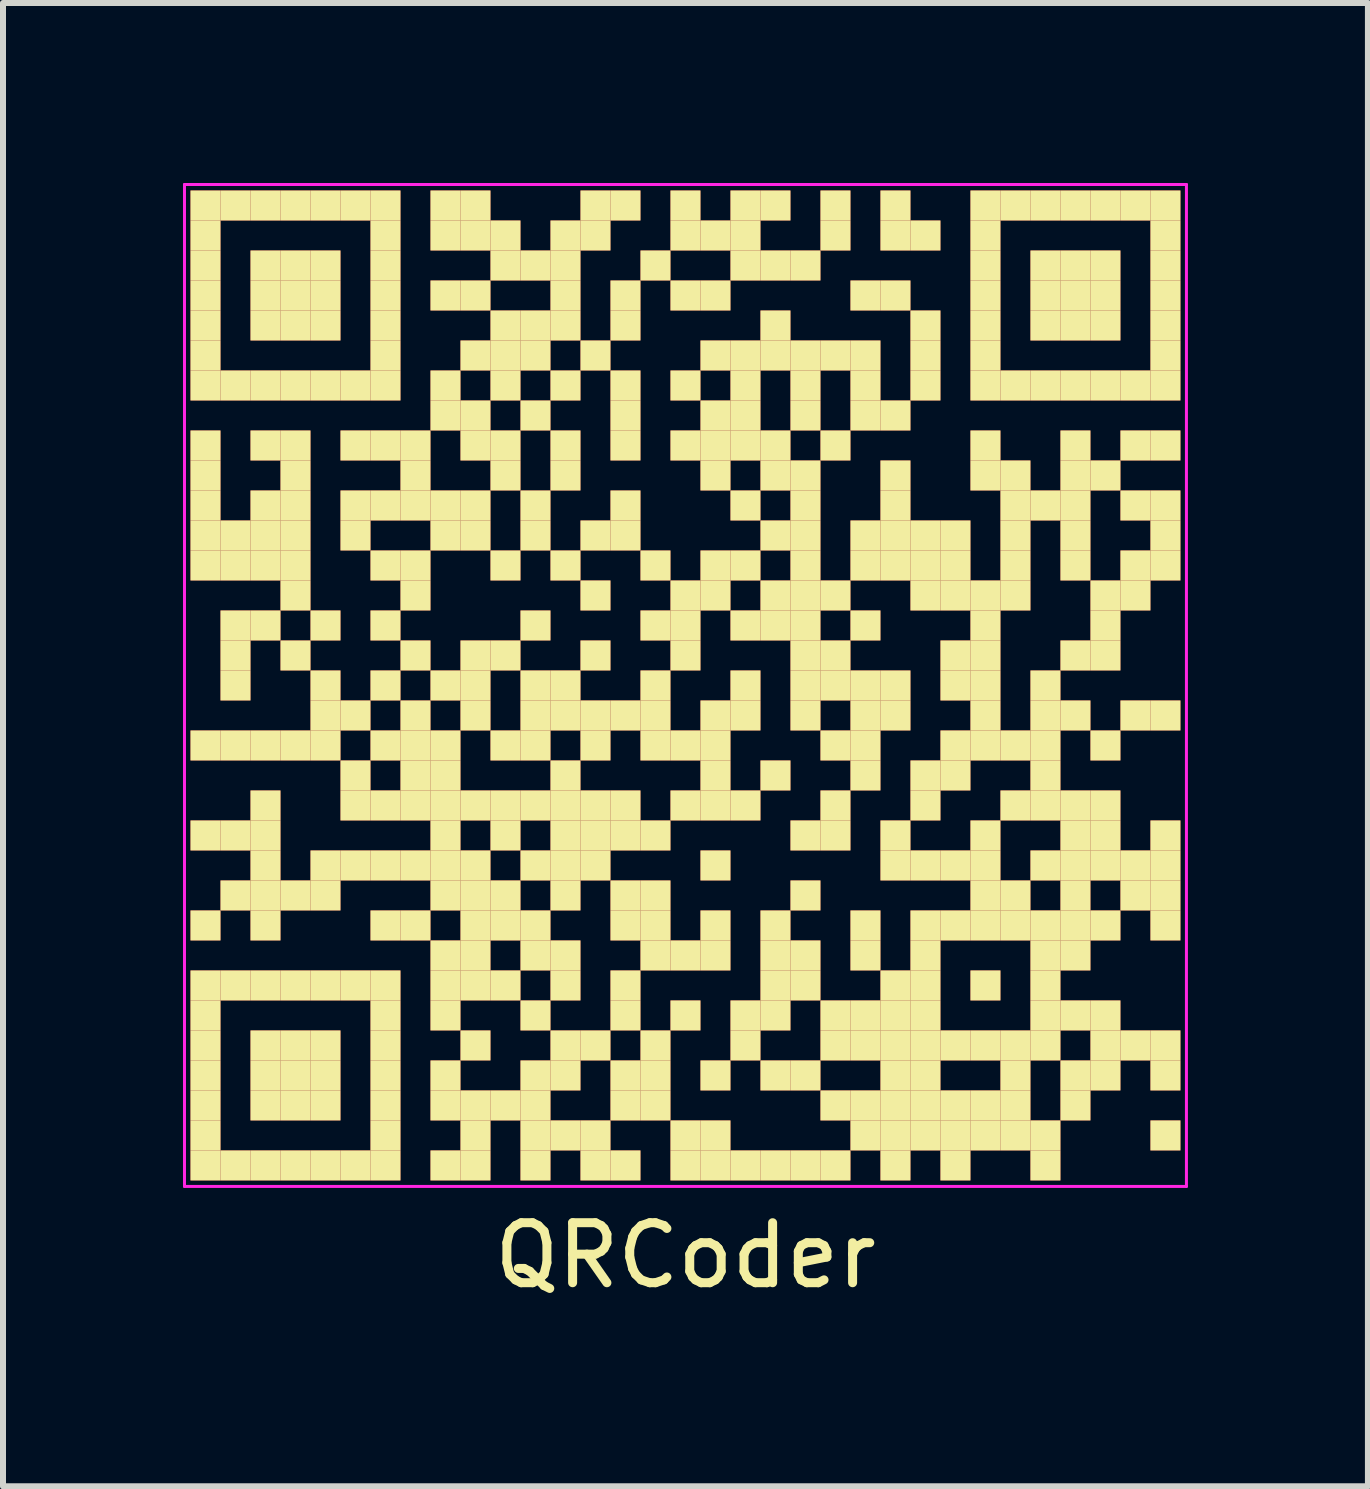
<source format=kicad_pcb>
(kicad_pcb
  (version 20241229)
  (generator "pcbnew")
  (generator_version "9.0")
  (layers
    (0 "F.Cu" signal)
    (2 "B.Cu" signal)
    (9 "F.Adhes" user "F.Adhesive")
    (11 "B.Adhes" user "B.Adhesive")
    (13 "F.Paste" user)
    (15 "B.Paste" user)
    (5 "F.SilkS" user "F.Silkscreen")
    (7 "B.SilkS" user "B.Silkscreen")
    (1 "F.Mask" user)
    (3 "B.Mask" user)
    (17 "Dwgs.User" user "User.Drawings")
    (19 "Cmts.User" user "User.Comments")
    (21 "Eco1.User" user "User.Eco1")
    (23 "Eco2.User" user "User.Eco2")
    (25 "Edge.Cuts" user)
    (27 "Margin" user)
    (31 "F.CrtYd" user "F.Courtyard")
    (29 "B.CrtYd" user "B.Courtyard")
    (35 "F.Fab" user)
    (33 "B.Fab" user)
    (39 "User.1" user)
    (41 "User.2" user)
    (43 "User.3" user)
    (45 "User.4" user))
  (footprint "QRCoder"
    (layer "F.Cu")
    (at 8.375 8.375)
    (property "Reference" "QRCoder" (at 0 9.5 0) (layer "F.SilkS") (effects (font (size 1 1) (thickness 0.15))))
    (attr through_hole)
    (fp_poly (pts (xy 8.3 8.3) (xy 8.3 -8.3) (xy -8.3 -8.3) (xy -8.3 8.3)) (stroke (width 0) (type solid)) (fill yes) (layer "F.Mask"))
    (fp_poly (pts (xy -7.75 -7.75) (xy -7.75 -8.25) (xy -8.25 -8.25) (xy -8.25 -7.75)) (stroke (width 0) (type solid)) (fill yes) (layer "F.SilkS"))
    (fp_poly (pts (xy -7.75 -7.25) (xy -7.75 -7.75) (xy -8.25 -7.75) (xy -8.25 -7.25)) (stroke (width 0) (type solid)) (fill yes) (layer "F.SilkS"))
    (fp_poly (pts (xy -7.75 -6.75) (xy -7.75 -7.25) (xy -8.25 -7.25) (xy -8.25 -6.75)) (stroke (width 0) (type solid)) (fill yes) (layer "F.SilkS"))
    (fp_poly (pts (xy -7.75 -6.25) (xy -7.75 -6.75) (xy -8.25 -6.75) (xy -8.25 -6.25)) (stroke (width 0) (type solid)) (fill yes) (layer "F.SilkS"))
    (fp_poly (pts (xy -7.75 -5.75) (xy -7.75 -6.25) (xy -8.25 -6.25) (xy -8.25 -5.75)) (stroke (width 0) (type solid)) (fill yes) (layer "F.SilkS"))
    (fp_poly (pts (xy -7.75 -5.25) (xy -7.75 -5.75) (xy -8.25 -5.75) (xy -8.25 -5.25)) (stroke (width 0) (type solid)) (fill yes) (layer "F.SilkS"))
    (fp_poly (pts (xy -7.75 -4.75) (xy -7.75 -5.25) (xy -8.25 -5.25) (xy -8.25 -4.75)) (stroke (width 0) (type solid)) (fill yes) (layer "F.SilkS"))
    (fp_poly (pts (xy -7.75 -3.75) (xy -7.75 -4.25) (xy -8.25 -4.25) (xy -8.25 -3.75)) (stroke (width 0) (type solid)) (fill yes) (layer "F.SilkS"))
    (fp_poly (pts (xy -7.75 -3.25) (xy -7.75 -3.75) (xy -8.25 -3.75) (xy -8.25 -3.25)) (stroke (width 0) (type solid)) (fill yes) (layer "F.SilkS"))
    (fp_poly (pts (xy -7.75 -2.75) (xy -7.75 -3.25) (xy -8.25 -3.25) (xy -8.25 -2.75)) (stroke (width 0) (type solid)) (fill yes) (layer "F.SilkS"))
    (fp_poly (pts (xy -7.75 -2.25) (xy -7.75 -2.75) (xy -8.25 -2.75) (xy -8.25 -2.25)) (stroke (width 0) (type solid)) (fill yes) (layer "F.SilkS"))
    (fp_poly (pts (xy -7.75 -1.75) (xy -7.75 -2.25) (xy -8.25 -2.25) (xy -8.25 -1.75)) (stroke (width 0) (type solid)) (fill yes) (layer "F.SilkS"))
    (fp_poly (pts (xy -7.75 1.25) (xy -7.75 0.75) (xy -8.25 0.75) (xy -8.25 1.25)) (stroke (width 0) (type solid)) (fill yes) (layer "F.SilkS"))
    (fp_poly (pts (xy -7.75 2.75) (xy -7.75 2.25) (xy -8.25 2.25) (xy -8.25 2.75)) (stroke (width 0) (type solid)) (fill yes) (layer "F.SilkS"))
    (fp_poly (pts (xy -7.75 4.25) (xy -7.75 3.75) (xy -8.25 3.75) (xy -8.25 4.25)) (stroke (width 0) (type solid)) (fill yes) (layer "F.SilkS"))
    (fp_poly (pts (xy -7.75 5.25) (xy -7.75 4.75) (xy -8.25 4.75) (xy -8.25 5.25)) (stroke (width 0) (type solid)) (fill yes) (layer "F.SilkS"))
    (fp_poly (pts (xy -7.75 5.75) (xy -7.75 5.25) (xy -8.25 5.25) (xy -8.25 5.75)) (stroke (width 0) (type solid)) (fill yes) (layer "F.SilkS"))
    (fp_poly (pts (xy -7.75 6.25) (xy -7.75 5.75) (xy -8.25 5.75) (xy -8.25 6.25)) (stroke (width 0) (type solid)) (fill yes) (layer "F.SilkS"))
    (fp_poly (pts (xy -7.75 6.75) (xy -7.75 6.25) (xy -8.25 6.25) (xy -8.25 6.75)) (stroke (width 0) (type solid)) (fill yes) (layer "F.SilkS"))
    (fp_poly (pts (xy -7.75 7.25) (xy -7.75 6.75) (xy -8.25 6.75) (xy -8.25 7.25)) (stroke (width 0) (type solid)) (fill yes) (layer "F.SilkS"))
    (fp_poly (pts (xy -7.75 7.75) (xy -7.75 7.25) (xy -8.25 7.25) (xy -8.25 7.75)) (stroke (width 0) (type solid)) (fill yes) (layer "F.SilkS"))
    (fp_poly (pts (xy -7.75 8.25) (xy -7.75 7.75) (xy -8.25 7.75) (xy -8.25 8.25)) (stroke (width 0) (type solid)) (fill yes) (layer "F.SilkS"))
    (fp_poly (pts (xy -7.25 -7.75) (xy -7.25 -8.25) (xy -7.75 -8.25) (xy -7.75 -7.75)) (stroke (width 0) (type solid)) (fill yes) (layer "F.SilkS"))
    (fp_poly (pts (xy -7.25 -4.75) (xy -7.25 -5.25) (xy -7.75 -5.25) (xy -7.75 -4.75)) (stroke (width 0) (type solid)) (fill yes) (layer "F.SilkS"))
    (fp_poly (pts (xy -7.25 -2.25) (xy -7.25 -2.75) (xy -7.75 -2.75) (xy -7.75 -2.25)) (stroke (width 0) (type solid)) (fill yes) (layer "F.SilkS"))
    (fp_poly (pts (xy -7.25 -1.75) (xy -7.25 -2.25) (xy -7.75 -2.25) (xy -7.75 -1.75)) (stroke (width 0) (type solid)) (fill yes) (layer "F.SilkS"))
    (fp_poly (pts (xy -7.25 -0.75) (xy -7.25 -1.25) (xy -7.75 -1.25) (xy -7.75 -0.75)) (stroke (width 0) (type solid)) (fill yes) (layer "F.SilkS"))
    (fp_poly (pts (xy -7.25 -0.25) (xy -7.25 -0.75) (xy -7.75 -0.75) (xy -7.75 -0.25)) (stroke (width 0) (type solid)) (fill yes) (layer "F.SilkS"))
    (fp_poly (pts (xy -7.25 0.25) (xy -7.25 -0.25) (xy -7.75 -0.25) (xy -7.75 0.25)) (stroke (width 0) (type solid)) (fill yes) (layer "F.SilkS"))
    (fp_poly (pts (xy -7.25 1.25) (xy -7.25 0.75) (xy -7.75 0.75) (xy -7.75 1.25)) (stroke (width 0) (type solid)) (fill yes) (layer "F.SilkS"))
    (fp_poly (pts (xy -7.25 2.75) (xy -7.25 2.25) (xy -7.75 2.25) (xy -7.75 2.75)) (stroke (width 0) (type solid)) (fill yes) (layer "F.SilkS"))
    (fp_poly (pts (xy -7.25 3.75) (xy -7.25 3.25) (xy -7.75 3.25) (xy -7.75 3.75)) (stroke (width 0) (type solid)) (fill yes) (layer "F.SilkS"))
    (fp_poly (pts (xy -7.25 5.25) (xy -7.25 4.75) (xy -7.75 4.75) (xy -7.75 5.25)) (stroke (width 0) (type solid)) (fill yes) (layer "F.SilkS"))
    (fp_poly (pts (xy -7.25 8.25) (xy -7.25 7.75) (xy -7.75 7.75) (xy -7.75 8.25)) (stroke (width 0) (type solid)) (fill yes) (layer "F.SilkS"))
    (fp_poly (pts (xy -6.75 -7.75) (xy -6.75 -8.25) (xy -7.25 -8.25) (xy -7.25 -7.75)) (stroke (width 0) (type solid)) (fill yes) (layer "F.SilkS"))
    (fp_poly (pts (xy -6.75 -6.75) (xy -6.75 -7.25) (xy -7.25 -7.25) (xy -7.25 -6.75)) (stroke (width 0) (type solid)) (fill yes) (layer "F.SilkS"))
    (fp_poly (pts (xy -6.75 -6.25) (xy -6.75 -6.75) (xy -7.25 -6.75) (xy -7.25 -6.25)) (stroke (width 0) (type solid)) (fill yes) (layer "F.SilkS"))
    (fp_poly (pts (xy -6.75 -5.75) (xy -6.75 -6.25) (xy -7.25 -6.25) (xy -7.25 -5.75)) (stroke (width 0) (type solid)) (fill yes) (layer "F.SilkS"))
    (fp_poly (pts (xy -6.75 -4.75) (xy -6.75 -5.25) (xy -7.25 -5.25) (xy -7.25 -4.75)) (stroke (width 0) (type solid)) (fill yes) (layer "F.SilkS"))
    (fp_poly (pts (xy -6.75 -3.75) (xy -6.75 -4.25) (xy -7.25 -4.25) (xy -7.25 -3.75)) (stroke (width 0) (type solid)) (fill yes) (layer "F.SilkS"))
    (fp_poly (pts (xy -6.75 -2.75) (xy -6.75 -3.25) (xy -7.25 -3.25) (xy -7.25 -2.75)) (stroke (width 0) (type solid)) (fill yes) (layer "F.SilkS"))
    (fp_poly (pts (xy -6.75 -2.25) (xy -6.75 -2.75) (xy -7.25 -2.75) (xy -7.25 -2.25)) (stroke (width 0) (type solid)) (fill yes) (layer "F.SilkS"))
    (fp_poly (pts (xy -6.75 -1.75) (xy -6.75 -2.25) (xy -7.25 -2.25) (xy -7.25 -1.75)) (stroke (width 0) (type solid)) (fill yes) (layer "F.SilkS"))
    (fp_poly (pts (xy -6.75 -0.75) (xy -6.75 -1.25) (xy -7.25 -1.25) (xy -7.25 -0.75)) (stroke (width 0) (type solid)) (fill yes) (layer "F.SilkS"))
    (fp_poly (pts (xy -6.75 1.25) (xy -6.75 0.75) (xy -7.25 0.75) (xy -7.25 1.25)) (stroke (width 0) (type solid)) (fill yes) (layer "F.SilkS"))
    (fp_poly (pts (xy -6.75 2.25) (xy -6.75 1.75) (xy -7.25 1.75) (xy -7.25 2.25)) (stroke (width 0) (type solid)) (fill yes) (layer "F.SilkS"))
    (fp_poly (pts (xy -6.75 2.75) (xy -6.75 2.25) (xy -7.25 2.25) (xy -7.25 2.75)) (stroke (width 0) (type solid)) (fill yes) (layer "F.SilkS"))
    (fp_poly (pts (xy -6.75 3.25) (xy -6.75 2.75) (xy -7.25 2.75) (xy -7.25 3.25)) (stroke (width 0) (type solid)) (fill yes) (layer "F.SilkS"))
    (fp_poly (pts (xy -6.75 3.75) (xy -6.75 3.25) (xy -7.25 3.25) (xy -7.25 3.75)) (stroke (width 0) (type solid)) (fill yes) (layer "F.SilkS"))
    (fp_poly (pts (xy -6.75 4.25) (xy -6.75 3.75) (xy -7.25 3.75) (xy -7.25 4.25)) (stroke (width 0) (type solid)) (fill yes) (layer "F.SilkS"))
    (fp_poly (pts (xy -6.75 5.25) (xy -6.75 4.75) (xy -7.25 4.75) (xy -7.25 5.25)) (stroke (width 0) (type solid)) (fill yes) (layer "F.SilkS"))
    (fp_poly (pts (xy -6.75 6.25) (xy -6.75 5.75) (xy -7.25 5.75) (xy -7.25 6.25)) (stroke (width 0) (type solid)) (fill yes) (layer "F.SilkS"))
    (fp_poly (pts (xy -6.75 6.75) (xy -6.75 6.25) (xy -7.25 6.25) (xy -7.25 6.75)) (stroke (width 0) (type solid)) (fill yes) (layer "F.SilkS"))
    (fp_poly (pts (xy -6.75 7.25) (xy -6.75 6.75) (xy -7.25 6.75) (xy -7.25 7.25)) (stroke (width 0) (type solid)) (fill yes) (layer "F.SilkS"))
    (fp_poly (pts (xy -6.75 8.25) (xy -6.75 7.75) (xy -7.25 7.75) (xy -7.25 8.25)) (stroke (width 0) (type solid)) (fill yes) (layer "F.SilkS"))
    (fp_poly (pts (xy -6.25 -7.75) (xy -6.25 -8.25) (xy -6.75 -8.25) (xy -6.75 -7.75)) (stroke (width 0) (type solid)) (fill yes) (layer "F.SilkS"))
    (fp_poly (pts (xy -6.25 -6.75) (xy -6.25 -7.25) (xy -6.75 -7.25) (xy -6.75 -6.75)) (stroke (width 0) (type solid)) (fill yes) (layer "F.SilkS"))
    (fp_poly (pts (xy -6.25 -6.25) (xy -6.25 -6.75) (xy -6.75 -6.75) (xy -6.75 -6.25)) (stroke (width 0) (type solid)) (fill yes) (layer "F.SilkS"))
    (fp_poly (pts (xy -6.25 -5.75) (xy -6.25 -6.25) (xy -6.75 -6.25) (xy -6.75 -5.75)) (stroke (width 0) (type solid)) (fill yes) (layer "F.SilkS"))
    (fp_poly (pts (xy -6.25 -4.75) (xy -6.25 -5.25) (xy -6.75 -5.25) (xy -6.75 -4.75)) (stroke (width 0) (type solid)) (fill yes) (layer "F.SilkS"))
    (fp_poly (pts (xy -6.25 -3.75) (xy -6.25 -4.25) (xy -6.75 -4.25) (xy -6.75 -3.75)) (stroke (width 0) (type solid)) (fill yes) (layer "F.SilkS"))
    (fp_poly (pts (xy -6.25 -3.25) (xy -6.25 -3.75) (xy -6.75 -3.75) (xy -6.75 -3.25)) (stroke (width 0) (type solid)) (fill yes) (layer "F.SilkS"))
    (fp_poly (pts (xy -6.25 -2.75) (xy -6.25 -3.25) (xy -6.75 -3.25) (xy -6.75 -2.75)) (stroke (width 0) (type solid)) (fill yes) (layer "F.SilkS"))
    (fp_poly (pts (xy -6.25 -2.25) (xy -6.25 -2.75) (xy -6.75 -2.75) (xy -6.75 -2.25)) (stroke (width 0) (type solid)) (fill yes) (layer "F.SilkS"))
    (fp_poly (pts (xy -6.25 -1.75) (xy -6.25 -2.25) (xy -6.75 -2.25) (xy -6.75 -1.75)) (stroke (width 0) (type solid)) (fill yes) (layer "F.SilkS"))
    (fp_poly (pts (xy -6.25 -1.25) (xy -6.25 -1.75) (xy -6.75 -1.75) (xy -6.75 -1.25)) (stroke (width 0) (type solid)) (fill yes) (layer "F.SilkS"))
    (fp_poly (pts (xy -6.25 -0.25) (xy -6.25 -0.75) (xy -6.75 -0.75) (xy -6.75 -0.25)) (stroke (width 0) (type solid)) (fill yes) (layer "F.SilkS"))
    (fp_poly (pts (xy -6.25 1.25) (xy -6.25 0.75) (xy -6.75 0.75) (xy -6.75 1.25)) (stroke (width 0) (type solid)) (fill yes) (layer "F.SilkS"))
    (fp_poly (pts (xy -6.25 3.75) (xy -6.25 3.25) (xy -6.75 3.25) (xy -6.75 3.75)) (stroke (width 0) (type solid)) (fill yes) (layer "F.SilkS"))
    (fp_poly (pts (xy -6.25 5.25) (xy -6.25 4.75) (xy -6.75 4.75) (xy -6.75 5.25)) (stroke (width 0) (type solid)) (fill yes) (layer "F.SilkS"))
    (fp_poly (pts (xy -6.25 6.25) (xy -6.25 5.75) (xy -6.75 5.75) (xy -6.75 6.25)) (stroke (width 0) (type solid)) (fill yes) (layer "F.SilkS"))
    (fp_poly (pts (xy -6.25 6.75) (xy -6.25 6.25) (xy -6.75 6.25) (xy -6.75 6.75)) (stroke (width 0) (type solid)) (fill yes) (layer "F.SilkS"))
    (fp_poly (pts (xy -6.25 7.25) (xy -6.25 6.75) (xy -6.75 6.75) (xy -6.75 7.25)) (stroke (width 0) (type solid)) (fill yes) (layer "F.SilkS"))
    (fp_poly (pts (xy -6.25 8.25) (xy -6.25 7.75) (xy -6.75 7.75) (xy -6.75 8.25)) (stroke (width 0) (type solid)) (fill yes) (layer "F.SilkS"))
    (fp_poly (pts (xy -5.75 -7.75) (xy -5.75 -8.25) (xy -6.25 -8.25) (xy -6.25 -7.75)) (stroke (width 0) (type solid)) (fill yes) (layer "F.SilkS"))
    (fp_poly (pts (xy -5.75 -6.75) (xy -5.75 -7.25) (xy -6.25 -7.25) (xy -6.25 -6.75)) (stroke (width 0) (type solid)) (fill yes) (layer "F.SilkS"))
    (fp_poly (pts (xy -5.75 -6.25) (xy -5.75 -6.75) (xy -6.25 -6.75) (xy -6.25 -6.25)) (stroke (width 0) (type solid)) (fill yes) (layer "F.SilkS"))
    (fp_poly (pts (xy -5.75 -5.75) (xy -5.75 -6.25) (xy -6.25 -6.25) (xy -6.25 -5.75)) (stroke (width 0) (type solid)) (fill yes) (layer "F.SilkS"))
    (fp_poly (pts (xy -5.75 -4.75) (xy -5.75 -5.25) (xy -6.25 -5.25) (xy -6.25 -4.75)) (stroke (width 0) (type solid)) (fill yes) (layer "F.SilkS"))
    (fp_poly (pts (xy -5.75 -0.75) (xy -5.75 -1.25) (xy -6.25 -1.25) (xy -6.25 -0.75)) (stroke (width 0) (type solid)) (fill yes) (layer "F.SilkS"))
    (fp_poly (pts (xy -5.75 0.25) (xy -5.75 -0.25) (xy -6.25 -0.25) (xy -6.25 0.25)) (stroke (width 0) (type solid)) (fill yes) (layer "F.SilkS"))
    (fp_poly (pts (xy -5.75 0.75) (xy -5.75 0.25) (xy -6.25 0.25) (xy -6.25 0.75)) (stroke (width 0) (type solid)) (fill yes) (layer "F.SilkS"))
    (fp_poly (pts (xy -5.75 1.25) (xy -5.75 0.75) (xy -6.25 0.75) (xy -6.25 1.25)) (stroke (width 0) (type solid)) (fill yes) (layer "F.SilkS"))
    (fp_poly (pts (xy -5.75 3.25) (xy -5.75 2.75) (xy -6.25 2.75) (xy -6.25 3.25)) (stroke (width 0) (type solid)) (fill yes) (layer "F.SilkS"))
    (fp_poly (pts (xy -5.75 3.75) (xy -5.75 3.25) (xy -6.25 3.25) (xy -6.25 3.75)) (stroke (width 0) (type solid)) (fill yes) (layer "F.SilkS"))
    (fp_poly (pts (xy -5.75 5.25) (xy -5.75 4.75) (xy -6.25 4.75) (xy -6.25 5.25)) (stroke (width 0) (type solid)) (fill yes) (layer "F.SilkS"))
    (fp_poly (pts (xy -5.75 6.25) (xy -5.75 5.75) (xy -6.25 5.75) (xy -6.25 6.25)) (stroke (width 0) (type solid)) (fill yes) (layer "F.SilkS"))
    (fp_poly (pts (xy -5.75 6.75) (xy -5.75 6.25) (xy -6.25 6.25) (xy -6.25 6.75)) (stroke (width 0) (type solid)) (fill yes) (layer "F.SilkS"))
    (fp_poly (pts (xy -5.75 7.25) (xy -5.75 6.75) (xy -6.25 6.75) (xy -6.25 7.25)) (stroke (width 0) (type solid)) (fill yes) (layer "F.SilkS"))
    (fp_poly (pts (xy -5.75 8.25) (xy -5.75 7.75) (xy -6.25 7.75) (xy -6.25 8.25)) (stroke (width 0) (type solid)) (fill yes) (layer "F.SilkS"))
    (fp_poly (pts (xy -5.25 -7.75) (xy -5.25 -8.25) (xy -5.75 -8.25) (xy -5.75 -7.75)) (stroke (width 0) (type solid)) (fill yes) (layer "F.SilkS"))
    (fp_poly (pts (xy -5.25 -4.75) (xy -5.25 -5.25) (xy -5.75 -5.25) (xy -5.75 -4.75)) (stroke (width 0) (type solid)) (fill yes) (layer "F.SilkS"))
    (fp_poly (pts (xy -5.25 -3.75) (xy -5.25 -4.25) (xy -5.75 -4.25) (xy -5.75 -3.75)) (stroke (width 0) (type solid)) (fill yes) (layer "F.SilkS"))
    (fp_poly (pts (xy -5.25 -2.75) (xy -5.25 -3.25) (xy -5.75 -3.25) (xy -5.75 -2.75)) (stroke (width 0) (type solid)) (fill yes) (layer "F.SilkS"))
    (fp_poly (pts (xy -5.25 -2.25) (xy -5.25 -2.75) (xy -5.75 -2.75) (xy -5.75 -2.25)) (stroke (width 0) (type solid)) (fill yes) (layer "F.SilkS"))
    (fp_poly (pts (xy -5.25 0.75) (xy -5.25 0.25) (xy -5.75 0.25) (xy -5.75 0.75)) (stroke (width 0) (type solid)) (fill yes) (layer "F.SilkS"))
    (fp_poly (pts (xy -5.25 1.75) (xy -5.25 1.25) (xy -5.75 1.25) (xy -5.75 1.75)) (stroke (width 0) (type solid)) (fill yes) (layer "F.SilkS"))
    (fp_poly (pts (xy -5.25 2.25) (xy -5.25 1.75) (xy -5.75 1.75) (xy -5.75 2.25)) (stroke (width 0) (type solid)) (fill yes) (layer "F.SilkS"))
    (fp_poly (pts (xy -5.25 3.25) (xy -5.25 2.75) (xy -5.75 2.75) (xy -5.75 3.25)) (stroke (width 0) (type solid)) (fill yes) (layer "F.SilkS"))
    (fp_poly (pts (xy -5.25 5.25) (xy -5.25 4.75) (xy -5.75 4.75) (xy -5.75 5.25)) (stroke (width 0) (type solid)) (fill yes) (layer "F.SilkS"))
    (fp_poly (pts (xy -5.25 8.25) (xy -5.25 7.75) (xy -5.75 7.75) (xy -5.75 8.25)) (stroke (width 0) (type solid)) (fill yes) (layer "F.SilkS"))
    (fp_poly (pts (xy -4.75 -7.75) (xy -4.75 -8.25) (xy -5.25 -8.25) (xy -5.25 -7.75)) (stroke (width 0) (type solid)) (fill yes) (layer "F.SilkS"))
    (fp_poly (pts (xy -4.75 -7.25) (xy -4.75 -7.75) (xy -5.25 -7.75) (xy -5.25 -7.25)) (stroke (width 0) (type solid)) (fill yes) (layer "F.SilkS"))
    (fp_poly (pts (xy -4.75 -6.75) (xy -4.75 -7.25) (xy -5.25 -7.25) (xy -5.25 -6.75)) (stroke (width 0) (type solid)) (fill yes) (layer "F.SilkS"))
    (fp_poly (pts (xy -4.75 -6.25) (xy -4.75 -6.75) (xy -5.25 -6.75) (xy -5.25 -6.25)) (stroke (width 0) (type solid)) (fill yes) (layer "F.SilkS"))
    (fp_poly (pts (xy -4.75 -5.75) (xy -4.75 -6.25) (xy -5.25 -6.25) (xy -5.25 -5.75)) (stroke (width 0) (type solid)) (fill yes) (layer "F.SilkS"))
    (fp_poly (pts (xy -4.75 -5.25) (xy -4.75 -5.75) (xy -5.25 -5.75) (xy -5.25 -5.25)) (stroke (width 0) (type solid)) (fill yes) (layer "F.SilkS"))
    (fp_poly (pts (xy -4.75 -4.75) (xy -4.75 -5.25) (xy -5.25 -5.25) (xy -5.25 -4.75)) (stroke (width 0) (type solid)) (fill yes) (layer "F.SilkS"))
    (fp_poly (pts (xy -4.75 -3.75) (xy -4.75 -4.25) (xy -5.25 -4.25) (xy -5.25 -3.75)) (stroke (width 0) (type solid)) (fill yes) (layer "F.SilkS"))
    (fp_poly (pts (xy -4.75 -2.75) (xy -4.75 -3.25) (xy -5.25 -3.25) (xy -5.25 -2.75)) (stroke (width 0) (type solid)) (fill yes) (layer "F.SilkS"))
    (fp_poly (pts (xy -4.75 -1.75) (xy -4.75 -2.25) (xy -5.25 -2.25) (xy -5.25 -1.75)) (stroke (width 0) (type solid)) (fill yes) (layer "F.SilkS"))
    (fp_poly (pts (xy -4.75 -0.75) (xy -4.75 -1.25) (xy -5.25 -1.25) (xy -5.25 -0.75)) (stroke (width 0) (type solid)) (fill yes) (layer "F.SilkS"))
    (fp_poly (pts (xy -4.75 0.25) (xy -4.75 -0.25) (xy -5.25 -0.25) (xy -5.25 0.25)) (stroke (width 0) (type solid)) (fill yes) (layer "F.SilkS"))
    (fp_poly (pts (xy -4.75 1.25) (xy -4.75 0.75) (xy -5.25 0.75) (xy -5.25 1.25)) (stroke (width 0) (type solid)) (fill yes) (layer "F.SilkS"))
    (fp_poly (pts (xy -4.75 2.25) (xy -4.75 1.75) (xy -5.25 1.75) (xy -5.25 2.25)) (stroke (width 0) (type solid)) (fill yes) (layer "F.SilkS"))
    (fp_poly (pts (xy -4.75 3.25) (xy -4.75 2.75) (xy -5.25 2.75) (xy -5.25 3.25)) (stroke (width 0) (type solid)) (fill yes) (layer "F.SilkS"))
    (fp_poly (pts (xy -4.75 4.25) (xy -4.75 3.75) (xy -5.25 3.75) (xy -5.25 4.25)) (stroke (width 0) (type solid)) (fill yes) (layer "F.SilkS"))
    (fp_poly (pts (xy -4.75 5.25) (xy -4.75 4.75) (xy -5.25 4.75) (xy -5.25 5.25)) (stroke (width 0) (type solid)) (fill yes) (layer "F.SilkS"))
    (fp_poly (pts (xy -4.75 5.75) (xy -4.75 5.25) (xy -5.25 5.25) (xy -5.25 5.75)) (stroke (width 0) (type solid)) (fill yes) (layer "F.SilkS"))
    (fp_poly (pts (xy -4.75 6.25) (xy -4.75 5.75) (xy -5.25 5.75) (xy -5.25 6.25)) (stroke (width 0) (type solid)) (fill yes) (layer "F.SilkS"))
    (fp_poly (pts (xy -4.75 6.75) (xy -4.75 6.25) (xy -5.25 6.25) (xy -5.25 6.75)) (stroke (width 0) (type solid)) (fill yes) (layer "F.SilkS"))
    (fp_poly (pts (xy -4.75 7.25) (xy -4.75 6.75) (xy -5.25 6.75) (xy -5.25 7.25)) (stroke (width 0) (type solid)) (fill yes) (layer "F.SilkS"))
    (fp_poly (pts (xy -4.75 7.75) (xy -4.75 7.25) (xy -5.25 7.25) (xy -5.25 7.75)) (stroke (width 0) (type solid)) (fill yes) (layer "F.SilkS"))
    (fp_poly (pts (xy -4.75 8.25) (xy -4.75 7.75) (xy -5.25 7.75) (xy -5.25 8.25)) (stroke (width 0) (type solid)) (fill yes) (layer "F.SilkS"))
    (fp_poly (pts (xy -4.25 -3.75) (xy -4.25 -4.25) (xy -4.75 -4.25) (xy -4.75 -3.75)) (stroke (width 0) (type solid)) (fill yes) (layer "F.SilkS"))
    (fp_poly (pts (xy -4.25 -3.25) (xy -4.25 -3.75) (xy -4.75 -3.75) (xy -4.75 -3.25)) (stroke (width 0) (type solid)) (fill yes) (layer "F.SilkS"))
    (fp_poly (pts (xy -4.25 -2.75) (xy -4.25 -3.25) (xy -4.75 -3.25) (xy -4.75 -2.75)) (stroke (width 0) (type solid)) (fill yes) (layer "F.SilkS"))
    (fp_poly (pts (xy -4.25 -1.75) (xy -4.25 -2.25) (xy -4.75 -2.25) (xy -4.75 -1.75)) (stroke (width 0) (type solid)) (fill yes) (layer "F.SilkS"))
    (fp_poly (pts (xy -4.25 -1.25) (xy -4.25 -1.75) (xy -4.75 -1.75) (xy -4.75 -1.25)) (stroke (width 0) (type solid)) (fill yes) (layer "F.SilkS"))
    (fp_poly (pts (xy -4.25 -0.25) (xy -4.25 -0.75) (xy -4.75 -0.75) (xy -4.75 -0.25)) (stroke (width 0) (type solid)) (fill yes) (layer "F.SilkS"))
    (fp_poly (pts (xy -4.25 0.75) (xy -4.25 0.25) (xy -4.75 0.25) (xy -4.75 0.75)) (stroke (width 0) (type solid)) (fill yes) (layer "F.SilkS"))
    (fp_poly (pts (xy -4.25 1.25) (xy -4.25 0.75) (xy -4.75 0.75) (xy -4.75 1.25)) (stroke (width 0) (type solid)) (fill yes) (layer "F.SilkS"))
    (fp_poly (pts (xy -4.25 1.75) (xy -4.25 1.25) (xy -4.75 1.25) (xy -4.75 1.75)) (stroke (width 0) (type solid)) (fill yes) (layer "F.SilkS"))
    (fp_poly (pts (xy -4.25 2.25) (xy -4.25 1.75) (xy -4.75 1.75) (xy -4.75 2.25)) (stroke (width 0) (type solid)) (fill yes) (layer "F.SilkS"))
    (fp_poly (pts (xy -4.25 3.25) (xy -4.25 2.75) (xy -4.75 2.75) (xy -4.75 3.25)) (stroke (width 0) (type solid)) (fill yes) (layer "F.SilkS"))
    (fp_poly (pts (xy -4.25 4.25) (xy -4.25 3.75) (xy -4.75 3.75) (xy -4.75 4.25)) (stroke (width 0) (type solid)) (fill yes) (layer "F.SilkS"))
    (fp_poly (pts (xy -3.75 -7.75) (xy -3.75 -8.25) (xy -4.25 -8.25) (xy -4.25 -7.75)) (stroke (width 0) (type solid)) (fill yes) (layer "F.SilkS"))
    (fp_poly (pts (xy -3.75 -7.25) (xy -3.75 -7.75) (xy -4.25 -7.75) (xy -4.25 -7.25)) (stroke (width 0) (type solid)) (fill yes) (layer "F.SilkS"))
    (fp_poly (pts (xy -3.75 -6.25) (xy -3.75 -6.75) (xy -4.25 -6.75) (xy -4.25 -6.25)) (stroke (width 0) (type solid)) (fill yes) (layer "F.SilkS"))
    (fp_poly (pts (xy -3.75 -4.75) (xy -3.75 -5.25) (xy -4.25 -5.25) (xy -4.25 -4.75)) (stroke (width 0) (type solid)) (fill yes) (layer "F.SilkS"))
    (fp_poly (pts (xy -3.75 -4.25) (xy -3.75 -4.75) (xy -4.25 -4.75) (xy -4.25 -4.25)) (stroke (width 0) (type solid)) (fill yes) (layer "F.SilkS"))
    (fp_poly (pts (xy -3.75 -2.75) (xy -3.75 -3.25) (xy -4.25 -3.25) (xy -4.25 -2.75)) (stroke (width 0) (type solid)) (fill yes) (layer "F.SilkS"))
    (fp_poly (pts (xy -3.75 -2.25) (xy -3.75 -2.75) (xy -4.25 -2.75) (xy -4.25 -2.25)) (stroke (width 0) (type solid)) (fill yes) (layer "F.SilkS"))
    (fp_poly (pts (xy -3.75 0.25) (xy -3.75 -0.25) (xy -4.25 -0.25) (xy -4.25 0.25)) (stroke (width 0) (type solid)) (fill yes) (layer "F.SilkS"))
    (fp_poly (pts (xy -3.75 1.25) (xy -3.75 0.75) (xy -4.25 0.75) (xy -4.25 1.25)) (stroke (width 0) (type solid)) (fill yes) (layer "F.SilkS"))
    (fp_poly (pts (xy -3.75 1.75) (xy -3.75 1.25) (xy -4.25 1.25) (xy -4.25 1.75)) (stroke (width 0) (type solid)) (fill yes) (layer "F.SilkS"))
    (fp_poly (pts (xy -3.75 2.25) (xy -3.75 1.75) (xy -4.25 1.75) (xy -4.25 2.25)) (stroke (width 0) (type solid)) (fill yes) (layer "F.SilkS"))
    (fp_poly (pts (xy -3.75 2.75) (xy -3.75 2.25) (xy -4.25 2.25) (xy -4.25 2.75)) (stroke (width 0) (type solid)) (fill yes) (layer "F.SilkS"))
    (fp_poly (pts (xy -3.75 3.25) (xy -3.75 2.75) (xy -4.25 2.75) (xy -4.25 3.25)) (stroke (width 0) (type solid)) (fill yes) (layer "F.SilkS"))
    (fp_poly (pts (xy -3.75 3.75) (xy -3.75 3.25) (xy -4.25 3.25) (xy -4.25 3.75)) (stroke (width 0) (type solid)) (fill yes) (layer "F.SilkS"))
    (fp_poly (pts (xy -3.75 4.75) (xy -3.75 4.25) (xy -4.25 4.25) (xy -4.25 4.75)) (stroke (width 0) (type solid)) (fill yes) (layer "F.SilkS"))
    (fp_poly (pts (xy -3.75 5.25) (xy -3.75 4.75) (xy -4.25 4.75) (xy -4.25 5.25)) (stroke (width 0) (type solid)) (fill yes) (layer "F.SilkS"))
    (fp_poly (pts (xy -3.75 5.75) (xy -3.75 5.25) (xy -4.25 5.25) (xy -4.25 5.75)) (stroke (width 0) (type solid)) (fill yes) (layer "F.SilkS"))
    (fp_poly (pts (xy -3.75 6.75) (xy -3.75 6.25) (xy -4.25 6.25) (xy -4.25 6.75)) (stroke (width 0) (type solid)) (fill yes) (layer "F.SilkS"))
    (fp_poly (pts (xy -3.75 7.25) (xy -3.75 6.75) (xy -4.25 6.75) (xy -4.25 7.25)) (stroke (width 0) (type solid)) (fill yes) (layer "F.SilkS"))
    (fp_poly (pts (xy -3.75 8.25) (xy -3.75 7.75) (xy -4.25 7.75) (xy -4.25 8.25)) (stroke (width 0) (type solid)) (fill yes) (layer "F.SilkS"))
    (fp_poly (pts (xy -3.25 -7.75) (xy -3.25 -8.25) (xy -3.75 -8.25) (xy -3.75 -7.75)) (stroke (width 0) (type solid)) (fill yes) (layer "F.SilkS"))
    (fp_poly (pts (xy -3.25 -7.25) (xy -3.25 -7.75) (xy -3.75 -7.75) (xy -3.75 -7.25)) (stroke (width 0) (type solid)) (fill yes) (layer "F.SilkS"))
    (fp_poly (pts (xy -3.25 -6.25) (xy -3.25 -6.75) (xy -3.75 -6.75) (xy -3.75 -6.25)) (stroke (width 0) (type solid)) (fill yes) (layer "F.SilkS"))
    (fp_poly (pts (xy -3.25 -5.25) (xy -3.25 -5.75) (xy -3.75 -5.75) (xy -3.75 -5.25)) (stroke (width 0) (type solid)) (fill yes) (layer "F.SilkS"))
    (fp_poly (pts (xy -3.25 -4.25) (xy -3.25 -4.75) (xy -3.75 -4.75) (xy -3.75 -4.25)) (stroke (width 0) (type solid)) (fill yes) (layer "F.SilkS"))
    (fp_poly (pts (xy -3.25 -3.75) (xy -3.25 -4.25) (xy -3.75 -4.25) (xy -3.75 -3.75)) (stroke (width 0) (type solid)) (fill yes) (layer "F.SilkS"))
    (fp_poly (pts (xy -3.25 -2.75) (xy -3.25 -3.25) (xy -3.75 -3.25) (xy -3.75 -2.75)) (stroke (width 0) (type solid)) (fill yes) (layer "F.SilkS"))
    (fp_poly (pts (xy -3.25 -2.25) (xy -3.25 -2.75) (xy -3.75 -2.75) (xy -3.75 -2.25)) (stroke (width 0) (type solid)) (fill yes) (layer "F.SilkS"))
    (fp_poly (pts (xy -3.25 -0.25) (xy -3.25 -0.75) (xy -3.75 -0.75) (xy -3.75 -0.25)) (stroke (width 0) (type solid)) (fill yes) (layer "F.SilkS"))
    (fp_poly (pts (xy -3.25 0.25) (xy -3.25 -0.25) (xy -3.75 -0.25) (xy -3.75 0.25)) (stroke (width 0) (type solid)) (fill yes) (layer "F.SilkS"))
    (fp_poly (pts (xy -3.25 0.75) (xy -3.25 0.25) (xy -3.75 0.25) (xy -3.75 0.75)) (stroke (width 0) (type solid)) (fill yes) (layer "F.SilkS"))
    (fp_poly (pts (xy -3.25 2.25) (xy -3.25 1.75) (xy -3.75 1.75) (xy -3.75 2.25)) (stroke (width 0) (type solid)) (fill yes) (layer "F.SilkS"))
    (fp_poly (pts (xy -3.25 3.25) (xy -3.25 2.75) (xy -3.75 2.75) (xy -3.75 3.25)) (stroke (width 0) (type solid)) (fill yes) (layer "F.SilkS"))
    (fp_poly (pts (xy -3.25 3.75) (xy -3.25 3.25) (xy -3.75 3.25) (xy -3.75 3.75)) (stroke (width 0) (type solid)) (fill yes) (layer "F.SilkS"))
    (fp_poly (pts (xy -3.25 4.25) (xy -3.25 3.75) (xy -3.75 3.75) (xy -3.75 4.25)) (stroke (width 0) (type solid)) (fill yes) (layer "F.SilkS"))
    (fp_poly (pts (xy -3.25 4.75) (xy -3.25 4.25) (xy -3.75 4.25) (xy -3.75 4.75)) (stroke (width 0) (type solid)) (fill yes) (layer "F.SilkS"))
    (fp_poly (pts (xy -3.25 5.25) (xy -3.25 4.75) (xy -3.75 4.75) (xy -3.75 5.25)) (stroke (width 0) (type solid)) (fill yes) (layer "F.SilkS"))
    (fp_poly (pts (xy -3.25 6.25) (xy -3.25 5.75) (xy -3.75 5.75) (xy -3.75 6.25)) (stroke (width 0) (type solid)) (fill yes) (layer "F.SilkS"))
    (fp_poly (pts (xy -3.25 7.25) (xy -3.25 6.75) (xy -3.75 6.75) (xy -3.75 7.25)) (stroke (width 0) (type solid)) (fill yes) (layer "F.SilkS"))
    (fp_poly (pts (xy -3.25 7.75) (xy -3.25 7.25) (xy -3.75 7.25) (xy -3.75 7.75)) (stroke (width 0) (type solid)) (fill yes) (layer "F.SilkS"))
    (fp_poly (pts (xy -3.25 8.25) (xy -3.25 7.75) (xy -3.75 7.75) (xy -3.75 8.25)) (stroke (width 0) (type solid)) (fill yes) (layer "F.SilkS"))
    (fp_poly (pts (xy -2.75 -7.25) (xy -2.75 -7.75) (xy -3.25 -7.75) (xy -3.25 -7.25)) (stroke (width 0) (type solid)) (fill yes) (layer "F.SilkS"))
    (fp_poly (pts (xy -2.75 -6.75) (xy -2.75 -7.25) (xy -3.25 -7.25) (xy -3.25 -6.75)) (stroke (width 0) (type solid)) (fill yes) (layer "F.SilkS"))
    (fp_poly (pts (xy -2.75 -5.75) (xy -2.75 -6.25) (xy -3.25 -6.25) (xy -3.25 -5.75)) (stroke (width 0) (type solid)) (fill yes) (layer "F.SilkS"))
    (fp_poly (pts (xy -2.75 -5.25) (xy -2.75 -5.75) (xy -3.25 -5.75) (xy -3.25 -5.25)) (stroke (width 0) (type solid)) (fill yes) (layer "F.SilkS"))
    (fp_poly (pts (xy -2.75 -4.75) (xy -2.75 -5.25) (xy -3.25 -5.25) (xy -3.25 -4.75)) (stroke (width 0) (type solid)) (fill yes) (layer "F.SilkS"))
    (fp_poly (pts (xy -2.75 -3.75) (xy -2.75 -4.25) (xy -3.25 -4.25) (xy -3.25 -3.75)) (stroke (width 0) (type solid)) (fill yes) (layer "F.SilkS"))
    (fp_poly (pts (xy -2.75 -3.25) (xy -2.75 -3.75) (xy -3.25 -3.75) (xy -3.25 -3.25)) (stroke (width 0) (type solid)) (fill yes) (layer "F.SilkS"))
    (fp_poly (pts (xy -2.75 -1.75) (xy -2.75 -2.25) (xy -3.25 -2.25) (xy -3.25 -1.75)) (stroke (width 0) (type solid)) (fill yes) (layer "F.SilkS"))
    (fp_poly (pts (xy -2.75 -0.25) (xy -2.75 -0.75) (xy -3.25 -0.75) (xy -3.25 -0.25)) (stroke (width 0) (type solid)) (fill yes) (layer "F.SilkS"))
    (fp_poly (pts (xy -2.75 1.25) (xy -2.75 0.75) (xy -3.25 0.75) (xy -3.25 1.25)) (stroke (width 0) (type solid)) (fill yes) (layer "F.SilkS"))
    (fp_poly (pts (xy -2.75 2.25) (xy -2.75 1.75) (xy -3.25 1.75) (xy -3.25 2.25)) (stroke (width 0) (type solid)) (fill yes) (layer "F.SilkS"))
    (fp_poly (pts (xy -2.75 2.75) (xy -2.75 2.25) (xy -3.25 2.25) (xy -3.25 2.75)) (stroke (width 0) (type solid)) (fill yes) (layer "F.SilkS"))
    (fp_poly (pts (xy -2.75 3.75) (xy -2.75 3.25) (xy -3.25 3.25) (xy -3.25 3.75)) (stroke (width 0) (type solid)) (fill yes) (layer "F.SilkS"))
    (fp_poly (pts (xy -2.75 4.25) (xy -2.75 3.75) (xy -3.25 3.75) (xy -3.25 4.25)) (stroke (width 0) (type solid)) (fill yes) (layer "F.SilkS"))
    (fp_poly (pts (xy -2.75 5.25) (xy -2.75 4.75) (xy -3.25 4.75) (xy -3.25 5.25)) (stroke (width 0) (type solid)) (fill yes) (layer "F.SilkS"))
    (fp_poly (pts (xy -2.75 7.25) (xy -2.75 6.75) (xy -3.25 6.75) (xy -3.25 7.25)) (stroke (width 0) (type solid)) (fill yes) (layer "F.SilkS"))
    (fp_poly (pts (xy -2.25 -6.75) (xy -2.25 -7.25) (xy -2.75 -7.25) (xy -2.75 -6.75)) (stroke (width 0) (type solid)) (fill yes) (layer "F.SilkS"))
    (fp_poly (pts (xy -2.25 -5.75) (xy -2.25 -6.25) (xy -2.75 -6.25) (xy -2.75 -5.75)) (stroke (width 0) (type solid)) (fill yes) (layer "F.SilkS"))
    (fp_poly (pts (xy -2.25 -5.25) (xy -2.25 -5.75) (xy -2.75 -5.75) (xy -2.75 -5.25)) (stroke (width 0) (type solid)) (fill yes) (layer "F.SilkS"))
    (fp_poly (pts (xy -2.25 -4.25) (xy -2.25 -4.75) (xy -2.75 -4.75) (xy -2.75 -4.25)) (stroke (width 0) (type solid)) (fill yes) (layer "F.SilkS"))
    (fp_poly (pts (xy -2.25 -2.75) (xy -2.25 -3.25) (xy -2.75 -3.25) (xy -2.75 -2.75)) (stroke (width 0) (type solid)) (fill yes) (layer "F.SilkS"))
    (fp_poly (pts (xy -2.25 -2.25) (xy -2.25 -2.75) (xy -2.75 -2.75) (xy -2.75 -2.25)) (stroke (width 0) (type solid)) (fill yes) (layer "F.SilkS"))
    (fp_poly (pts (xy -2.25 -0.75) (xy -2.25 -1.25) (xy -2.75 -1.25) (xy -2.75 -0.75)) (stroke (width 0) (type solid)) (fill yes) (layer "F.SilkS"))
    (fp_poly (pts (xy -2.25 0.25) (xy -2.25 -0.25) (xy -2.75 -0.25) (xy -2.75 0.25)) (stroke (width 0) (type solid)) (fill yes) (layer "F.SilkS"))
    (fp_poly (pts (xy -2.25 0.75) (xy -2.25 0.25) (xy -2.75 0.25) (xy -2.75 0.75)) (stroke (width 0) (type solid)) (fill yes) (layer "F.SilkS"))
    (fp_poly (pts (xy -2.25 1.25) (xy -2.25 0.75) (xy -2.75 0.75) (xy -2.75 1.25)) (stroke (width 0) (type solid)) (fill yes) (layer "F.SilkS"))
    (fp_poly (pts (xy -2.25 2.25) (xy -2.25 1.75) (xy -2.75 1.75) (xy -2.75 2.25)) (stroke (width 0) (type solid)) (fill yes) (layer "F.SilkS"))
    (fp_poly (pts (xy -2.25 3.25) (xy -2.25 2.75) (xy -2.75 2.75) (xy -2.75 3.25)) (stroke (width 0) (type solid)) (fill yes) (layer "F.SilkS"))
    (fp_poly (pts (xy -2.25 4.25) (xy -2.25 3.75) (xy -2.75 3.75) (xy -2.75 4.25)) (stroke (width 0) (type solid)) (fill yes) (layer "F.SilkS"))
    (fp_poly (pts (xy -2.25 4.75) (xy -2.25 4.25) (xy -2.75 4.25) (xy -2.75 4.75)) (stroke (width 0) (type solid)) (fill yes) (layer "F.SilkS"))
    (fp_poly (pts (xy -2.25 5.75) (xy -2.25 5.25) (xy -2.75 5.25) (xy -2.75 5.75)) (stroke (width 0) (type solid)) (fill yes) (layer "F.SilkS"))
    (fp_poly (pts (xy -2.25 6.75) (xy -2.25 6.25) (xy -2.75 6.25) (xy -2.75 6.75)) (stroke (width 0) (type solid)) (fill yes) (layer "F.SilkS"))
    (fp_poly (pts (xy -2.25 7.25) (xy -2.25 6.75) (xy -2.75 6.75) (xy -2.75 7.25)) (stroke (width 0) (type solid)) (fill yes) (layer "F.SilkS"))
    (fp_poly (pts (xy -2.25 7.75) (xy -2.25 7.25) (xy -2.75 7.25) (xy -2.75 7.75)) (stroke (width 0) (type solid)) (fill yes) (layer "F.SilkS"))
    (fp_poly (pts (xy -2.25 8.25) (xy -2.25 7.75) (xy -2.75 7.75) (xy -2.75 8.25)) (stroke (width 0) (type solid)) (fill yes) (layer "F.SilkS"))
    (fp_poly (pts (xy -1.75 -7.25) (xy -1.75 -7.75) (xy -2.25 -7.75) (xy -2.25 -7.25)) (stroke (width 0) (type solid)) (fill yes) (layer "F.SilkS"))
    (fp_poly (pts (xy -1.75 -6.75) (xy -1.75 -7.25) (xy -2.25 -7.25) (xy -2.25 -6.75)) (stroke (width 0) (type solid)) (fill yes) (layer "F.SilkS"))
    (fp_poly (pts (xy -1.75 -6.25) (xy -1.75 -6.75) (xy -2.25 -6.75) (xy -2.25 -6.25)) (stroke (width 0) (type solid)) (fill yes) (layer "F.SilkS"))
    (fp_poly (pts (xy -1.75 -5.75) (xy -1.75 -6.25) (xy -2.25 -6.25) (xy -2.25 -5.75)) (stroke (width 0) (type solid)) (fill yes) (layer "F.SilkS"))
    (fp_poly (pts (xy -1.75 -4.75) (xy -1.75 -5.25) (xy -2.25 -5.25) (xy -2.25 -4.75)) (stroke (width 0) (type solid)) (fill yes) (layer "F.SilkS"))
    (fp_poly (pts (xy -1.75 -3.75) (xy -1.75 -4.25) (xy -2.25 -4.25) (xy -2.25 -3.75)) (stroke (width 0) (type solid)) (fill yes) (layer "F.SilkS"))
    (fp_poly (pts (xy -1.75 -3.25) (xy -1.75 -3.75) (xy -2.25 -3.75) (xy -2.25 -3.25)) (stroke (width 0) (type solid)) (fill yes) (layer "F.SilkS"))
    (fp_poly (pts (xy -1.75 -1.75) (xy -1.75 -2.25) (xy -2.25 -2.25) (xy -2.25 -1.75)) (stroke (width 0) (type solid)) (fill yes) (layer "F.SilkS"))
    (fp_poly (pts (xy -1.75 0.25) (xy -1.75 -0.25) (xy -2.25 -0.25) (xy -2.25 0.25)) (stroke (width 0) (type solid)) (fill yes) (layer "F.SilkS"))
    (fp_poly (pts (xy -1.75 0.75) (xy -1.75 0.25) (xy -2.25 0.25) (xy -2.25 0.75)) (stroke (width 0) (type solid)) (fill yes) (layer "F.SilkS"))
    (fp_poly (pts (xy -1.75 1.75) (xy -1.75 1.25) (xy -2.25 1.25) (xy -2.25 1.75)) (stroke (width 0) (type solid)) (fill yes) (layer "F.SilkS"))
    (fp_poly (pts (xy -1.75 2.25) (xy -1.75 1.75) (xy -2.25 1.75) (xy -2.25 2.25)) (stroke (width 0) (type solid)) (fill yes) (layer "F.SilkS"))
    (fp_poly (pts (xy -1.75 2.75) (xy -1.75 2.25) (xy -2.25 2.25) (xy -2.25 2.75)) (stroke (width 0) (type solid)) (fill yes) (layer "F.SilkS"))
    (fp_poly (pts (xy -1.75 3.25) (xy -1.75 2.75) (xy -2.25 2.75) (xy -2.25 3.25)) (stroke (width 0) (type solid)) (fill yes) (layer "F.SilkS"))
    (fp_poly (pts (xy -1.75 3.75) (xy -1.75 3.25) (xy -2.25 3.25) (xy -2.25 3.75)) (stroke (width 0) (type solid)) (fill yes) (layer "F.SilkS"))
    (fp_poly (pts (xy -1.75 4.75) (xy -1.75 4.25) (xy -2.25 4.25) (xy -2.25 4.75)) (stroke (width 0) (type solid)) (fill yes) (layer "F.SilkS"))
    (fp_poly (pts (xy -1.75 5.25) (xy -1.75 4.75) (xy -2.25 4.75) (xy -2.25 5.25)) (stroke (width 0) (type solid)) (fill yes) (layer "F.SilkS"))
    (fp_poly (pts (xy -1.75 6.25) (xy -1.75 5.75) (xy -2.25 5.75) (xy -2.25 6.25)) (stroke (width 0) (type solid)) (fill yes) (layer "F.SilkS"))
    (fp_poly (pts (xy -1.75 6.75) (xy -1.75 6.25) (xy -2.25 6.25) (xy -2.25 6.75)) (stroke (width 0) (type solid)) (fill yes) (layer "F.SilkS"))
    (fp_poly (pts (xy -1.75 7.75) (xy -1.75 7.25) (xy -2.25 7.25) (xy -2.25 7.75)) (stroke (width 0) (type solid)) (fill yes) (layer "F.SilkS"))
    (fp_poly (pts (xy -1.25 -7.75) (xy -1.25 -8.25) (xy -1.75 -8.25) (xy -1.75 -7.75)) (stroke (width 0) (type solid)) (fill yes) (layer "F.SilkS"))
    (fp_poly (pts (xy -1.25 -7.25) (xy -1.25 -7.75) (xy -1.75 -7.75) (xy -1.75 -7.25)) (stroke (width 0) (type solid)) (fill yes) (layer "F.SilkS"))
    (fp_poly (pts (xy -1.25 -5.25) (xy -1.25 -5.75) (xy -1.75 -5.75) (xy -1.75 -5.25)) (stroke (width 0) (type solid)) (fill yes) (layer "F.SilkS"))
    (fp_poly (pts (xy -1.25 -2.25) (xy -1.25 -2.75) (xy -1.75 -2.75) (xy -1.75 -2.25)) (stroke (width 0) (type solid)) (fill yes) (layer "F.SilkS"))
    (fp_poly (pts (xy -1.25 -1.25) (xy -1.25 -1.75) (xy -1.75 -1.75) (xy -1.75 -1.25)) (stroke (width 0) (type solid)) (fill yes) (layer "F.SilkS"))
    (fp_poly (pts (xy -1.25 -0.25) (xy -1.25 -0.75) (xy -1.75 -0.75) (xy -1.75 -0.25)) (stroke (width 0) (type solid)) (fill yes) (layer "F.SilkS"))
    (fp_poly (pts (xy -1.25 0.75) (xy -1.25 0.25) (xy -1.75 0.25) (xy -1.75 0.75)) (stroke (width 0) (type solid)) (fill yes) (layer "F.SilkS"))
    (fp_poly (pts (xy -1.25 1.25) (xy -1.25 0.75) (xy -1.75 0.75) (xy -1.75 1.25)) (stroke (width 0) (type solid)) (fill yes) (layer "F.SilkS"))
    (fp_poly (pts (xy -1.25 2.25) (xy -1.25 1.75) (xy -1.75 1.75) (xy -1.75 2.25)) (stroke (width 0) (type solid)) (fill yes) (layer "F.SilkS"))
    (fp_poly (pts (xy -1.25 2.75) (xy -1.25 2.25) (xy -1.75 2.25) (xy -1.75 2.75)) (stroke (width 0) (type solid)) (fill yes) (layer "F.SilkS"))
    (fp_poly (pts (xy -1.25 3.25) (xy -1.25 2.75) (xy -1.75 2.75) (xy -1.75 3.25)) (stroke (width 0) (type solid)) (fill yes) (layer "F.SilkS"))
    (fp_poly (pts (xy -1.25 6.25) (xy -1.25 5.75) (xy -1.75 5.75) (xy -1.75 6.25)) (stroke (width 0) (type solid)) (fill yes) (layer "F.SilkS"))
    (fp_poly (pts (xy -1.25 7.75) (xy -1.25 7.25) (xy -1.75 7.25) (xy -1.75 7.75)) (stroke (width 0) (type solid)) (fill yes) (layer "F.SilkS"))
    (fp_poly (pts (xy -1.25 8.25) (xy -1.25 7.75) (xy -1.75 7.75) (xy -1.75 8.25)) (stroke (width 0) (type solid)) (fill yes) (layer "F.SilkS"))
    (fp_poly (pts (xy -0.75 -7.75) (xy -0.75 -8.25) (xy -1.25 -8.25) (xy -1.25 -7.75)) (stroke (width 0) (type solid)) (fill yes) (layer "F.SilkS"))
    (fp_poly (pts (xy -0.75 -6.25) (xy -0.75 -6.75) (xy -1.25 -6.75) (xy -1.25 -6.25)) (stroke (width 0) (type solid)) (fill yes) (layer "F.SilkS"))
    (fp_poly (pts (xy -0.75 -5.75) (xy -0.75 -6.25) (xy -1.25 -6.25) (xy -1.25 -5.75)) (stroke (width 0) (type solid)) (fill yes) (layer "F.SilkS"))
    (fp_poly (pts (xy -0.75 -4.75) (xy -0.75 -5.25) (xy -1.25 -5.25) (xy -1.25 -4.75)) (stroke (width 0) (type solid)) (fill yes) (layer "F.SilkS"))
    (fp_poly (pts (xy -0.75 -4.25) (xy -0.75 -4.75) (xy -1.25 -4.75) (xy -1.25 -4.25)) (stroke (width 0) (type solid)) (fill yes) (layer "F.SilkS"))
    (fp_poly (pts (xy -0.75 -3.75) (xy -0.75 -4.25) (xy -1.25 -4.25) (xy -1.25 -3.75)) (stroke (width 0) (type solid)) (fill yes) (layer "F.SilkS"))
    (fp_poly (pts (xy -0.75 -2.75) (xy -0.75 -3.25) (xy -1.25 -3.25) (xy -1.25 -2.75)) (stroke (width 0) (type solid)) (fill yes) (layer "F.SilkS"))
    (fp_poly (pts (xy -0.75 -2.25) (xy -0.75 -2.75) (xy -1.25 -2.75) (xy -1.25 -2.25)) (stroke (width 0) (type solid)) (fill yes) (layer "F.SilkS"))
    (fp_poly (pts (xy -0.75 0.75) (xy -0.75 0.25) (xy -1.25 0.25) (xy -1.25 0.75)) (stroke (width 0) (type solid)) (fill yes) (layer "F.SilkS"))
    (fp_poly (pts (xy -0.75 2.25) (xy -0.75 1.75) (xy -1.25 1.75) (xy -1.25 2.25)) (stroke (width 0) (type solid)) (fill yes) (layer "F.SilkS"))
    (fp_poly (pts (xy -0.75 2.75) (xy -0.75 2.25) (xy -1.25 2.25) (xy -1.25 2.75)) (stroke (width 0) (type solid)) (fill yes) (layer "F.SilkS"))
    (fp_poly (pts (xy -0.75 3.75) (xy -0.75 3.25) (xy -1.25 3.25) (xy -1.25 3.75)) (stroke (width 0) (type solid)) (fill yes) (layer "F.SilkS"))
    (fp_poly (pts (xy -0.75 4.25) (xy -0.75 3.75) (xy -1.25 3.75) (xy -1.25 4.25)) (stroke (width 0) (type solid)) (fill yes) (layer "F.SilkS"))
    (fp_poly (pts (xy -0.75 5.25) (xy -0.75 4.75) (xy -1.25 4.75) (xy -1.25 5.25)) (stroke (width 0) (type solid)) (fill yes) (layer "F.SilkS"))
    (fp_poly (pts (xy -0.75 5.75) (xy -0.75 5.25) (xy -1.25 5.25) (xy -1.25 5.75)) (stroke (width 0) (type solid)) (fill yes) (layer "F.SilkS"))
    (fp_poly (pts (xy -0.75 6.75) (xy -0.75 6.25) (xy -1.25 6.25) (xy -1.25 6.75)) (stroke (width 0) (type solid)) (fill yes) (layer "F.SilkS"))
    (fp_poly (pts (xy -0.75 7.25) (xy -0.75 6.75) (xy -1.25 6.75) (xy -1.25 7.25)) (stroke (width 0) (type solid)) (fill yes) (layer "F.SilkS"))
    (fp_poly (pts (xy -0.75 8.25) (xy -0.75 7.75) (xy -1.25 7.75) (xy -1.25 8.25)) (stroke (width 0) (type solid)) (fill yes) (layer "F.SilkS"))
    (fp_poly (pts (xy -0.25 -6.75) (xy -0.25 -7.25) (xy -0.75 -7.25) (xy -0.75 -6.75)) (stroke (width 0) (type solid)) (fill yes) (layer "F.SilkS"))
    (fp_poly (pts (xy -0.25 -1.75) (xy -0.25 -2.25) (xy -0.75 -2.25) (xy -0.75 -1.75)) (stroke (width 0) (type solid)) (fill yes) (layer "F.SilkS"))
    (fp_poly (pts (xy -0.25 -0.75) (xy -0.25 -1.25) (xy -0.75 -1.25) (xy -0.75 -0.75)) (stroke (width 0) (type solid)) (fill yes) (layer "F.SilkS"))
    (fp_poly (pts (xy -0.25 0.25) (xy -0.25 -0.25) (xy -0.75 -0.25) (xy -0.75 0.25)) (stroke (width 0) (type solid)) (fill yes) (layer "F.SilkS"))
    (fp_poly (pts (xy -0.25 0.75) (xy -0.25 0.25) (xy -0.75 0.25) (xy -0.75 0.75)) (stroke (width 0) (type solid)) (fill yes) (layer "F.SilkS"))
    (fp_poly (pts (xy -0.25 1.25) (xy -0.25 0.75) (xy -0.75 0.75) (xy -0.75 1.25)) (stroke (width 0) (type solid)) (fill yes) (layer "F.SilkS"))
    (fp_poly (pts (xy -0.25 2.75) (xy -0.25 2.25) (xy -0.75 2.25) (xy -0.75 2.75)) (stroke (width 0) (type solid)) (fill yes) (layer "F.SilkS"))
    (fp_poly (pts (xy -0.25 3.75) (xy -0.25 3.25) (xy -0.75 3.25) (xy -0.75 3.75)) (stroke (width 0) (type solid)) (fill yes) (layer "F.SilkS"))
    (fp_poly (pts (xy -0.25 4.25) (xy -0.25 3.75) (xy -0.75 3.75) (xy -0.75 4.25)) (stroke (width 0) (type solid)) (fill yes) (layer "F.SilkS"))
    (fp_poly (pts (xy -0.25 4.75) (xy -0.25 4.25) (xy -0.75 4.25) (xy -0.75 4.75)) (stroke (width 0) (type solid)) (fill yes) (layer "F.SilkS"))
    (fp_poly (pts (xy -0.25 6.25) (xy -0.25 5.75) (xy -0.75 5.75) (xy -0.75 6.25)) (stroke (width 0) (type solid)) (fill yes) (layer "F.SilkS"))
    (fp_poly (pts (xy -0.25 6.75) (xy -0.25 6.25) (xy -0.75 6.25) (xy -0.75 6.75)) (stroke (width 0) (type solid)) (fill yes) (layer "F.SilkS"))
    (fp_poly (pts (xy -0.25 7.25) (xy -0.25 6.75) (xy -0.75 6.75) (xy -0.75 7.25)) (stroke (width 0) (type solid)) (fill yes) (layer "F.SilkS"))
    (fp_poly (pts (xy 0.25 -7.75) (xy 0.25 -8.25) (xy -0.25 -8.25) (xy -0.25 -7.75)) (stroke (width 0) (type solid)) (fill yes) (layer "F.SilkS"))
    (fp_poly (pts (xy 0.25 -7.25) (xy 0.25 -7.75) (xy -0.25 -7.75) (xy -0.25 -7.25)) (stroke (width 0) (type solid)) (fill yes) (layer "F.SilkS"))
    (fp_poly (pts (xy 0.25 -6.25) (xy 0.25 -6.75) (xy -0.25 -6.75) (xy -0.25 -6.25)) (stroke (width 0) (type solid)) (fill yes) (layer "F.SilkS"))
    (fp_poly (pts (xy 0.25 -4.75) (xy 0.25 -5.25) (xy -0.25 -5.25) (xy -0.25 -4.75)) (stroke (width 0) (type solid)) (fill yes) (layer "F.SilkS"))
    (fp_poly (pts (xy 0.25 -3.75) (xy 0.25 -4.25) (xy -0.25 -4.25) (xy -0.25 -3.75)) (stroke (width 0) (type solid)) (fill yes) (layer "F.SilkS"))
    (fp_poly (pts (xy 0.25 -1.25) (xy 0.25 -1.75) (xy -0.25 -1.75) (xy -0.25 -1.25)) (stroke (width 0) (type solid)) (fill yes) (layer "F.SilkS"))
    (fp_poly (pts (xy 0.25 -0.75) (xy 0.25 -1.25) (xy -0.25 -1.25) (xy -0.25 -0.75)) (stroke (width 0) (type solid)) (fill yes) (layer "F.SilkS"))
    (fp_poly (pts (xy 0.25 -0.25) (xy 0.25 -0.75) (xy -0.25 -0.75) (xy -0.25 -0.25)) (stroke (width 0) (type solid)) (fill yes) (layer "F.SilkS"))
    (fp_poly (pts (xy 0.25 1.25) (xy 0.25 0.75) (xy -0.25 0.75) (xy -0.25 1.25)) (stroke (width 0) (type solid)) (fill yes) (layer "F.SilkS"))
    (fp_poly (pts (xy 0.25 2.25) (xy 0.25 1.75) (xy -0.25 1.75) (xy -0.25 2.25)) (stroke (width 0) (type solid)) (fill yes) (layer "F.SilkS"))
    (fp_poly (pts (xy 0.25 4.75) (xy 0.25 4.25) (xy -0.25 4.25) (xy -0.25 4.75)) (stroke (width 0) (type solid)) (fill yes) (layer "F.SilkS"))
    (fp_poly (pts (xy 0.25 5.75) (xy 0.25 5.25) (xy -0.25 5.25) (xy -0.25 5.75)) (stroke (width 0) (type solid)) (fill yes) (layer "F.SilkS"))
    (fp_poly (pts (xy 0.25 7.75) (xy 0.25 7.25) (xy -0.25 7.25) (xy -0.25 7.75)) (stroke (width 0) (type solid)) (fill yes) (layer "F.SilkS"))
    (fp_poly (pts (xy 0.25 8.25) (xy 0.25 7.75) (xy -0.25 7.75) (xy -0.25 8.25)) (stroke (width 0) (type solid)) (fill yes) (layer "F.SilkS"))
    (fp_poly (pts (xy 0.75 -7.25) (xy 0.75 -7.75) (xy 0.25 -7.75) (xy 0.25 -7.25)) (stroke (width 0) (type solid)) (fill yes) (layer "F.SilkS"))
    (fp_poly (pts (xy 0.75 -6.25) (xy 0.75 -6.75) (xy 0.25 -6.75) (xy 0.25 -6.25)) (stroke (width 0) (type solid)) (fill yes) (layer "F.SilkS"))
    (fp_poly (pts (xy 0.75 -5.25) (xy 0.75 -5.75) (xy 0.25 -5.75) (xy 0.25 -5.25)) (stroke (width 0) (type solid)) (fill yes) (layer "F.SilkS"))
    (fp_poly (pts (xy 0.75 -4.25) (xy 0.75 -4.75) (xy 0.25 -4.75) (xy 0.25 -4.25)) (stroke (width 0) (type solid)) (fill yes) (layer "F.SilkS"))
    (fp_poly (pts (xy 0.75 -3.75) (xy 0.75 -4.25) (xy 0.25 -4.25) (xy 0.25 -3.75)) (stroke (width 0) (type solid)) (fill yes) (layer "F.SilkS"))
    (fp_poly (pts (xy 0.75 -3.25) (xy 0.75 -3.75) (xy 0.25 -3.75) (xy 0.25 -3.25)) (stroke (width 0) (type solid)) (fill yes) (layer "F.SilkS"))
    (fp_poly (pts (xy 0.75 -1.75) (xy 0.75 -2.25) (xy 0.25 -2.25) (xy 0.25 -1.75)) (stroke (width 0) (type solid)) (fill yes) (layer "F.SilkS"))
    (fp_poly (pts (xy 0.75 -1.25) (xy 0.75 -1.75) (xy 0.25 -1.75) (xy 0.25 -1.25)) (stroke (width 0) (type solid)) (fill yes) (layer "F.SilkS"))
    (fp_poly (pts (xy 0.75 0.75) (xy 0.75 0.25) (xy 0.25 0.25) (xy 0.25 0.75)) (stroke (width 0) (type solid)) (fill yes) (layer "F.SilkS"))
    (fp_poly (pts (xy 0.75 1.25) (xy 0.75 0.75) (xy 0.25 0.75) (xy 0.25 1.25)) (stroke (width 0) (type solid)) (fill yes) (layer "F.SilkS"))
    (fp_poly (pts (xy 0.75 1.75) (xy 0.75 1.25) (xy 0.25 1.25) (xy 0.25 1.75)) (stroke (width 0) (type solid)) (fill yes) (layer "F.SilkS"))
    (fp_poly (pts (xy 0.75 2.25) (xy 0.75 1.75) (xy 0.25 1.75) (xy 0.25 2.25)) (stroke (width 0) (type solid)) (fill yes) (layer "F.SilkS"))
    (fp_poly (pts (xy 0.75 3.25) (xy 0.75 2.75) (xy 0.25 2.75) (xy 0.25 3.25)) (stroke (width 0) (type solid)) (fill yes) (layer "F.SilkS"))
    (fp_poly (pts (xy 0.75 4.25) (xy 0.75 3.75) (xy 0.25 3.75) (xy 0.25 4.25)) (stroke (width 0) (type solid)) (fill yes) (layer "F.SilkS"))
    (fp_poly (pts (xy 0.75 4.75) (xy 0.75 4.25) (xy 0.25 4.25) (xy 0.25 4.75)) (stroke (width 0) (type solid)) (fill yes) (layer "F.SilkS"))
    (fp_poly (pts (xy 0.75 6.75) (xy 0.75 6.25) (xy 0.25 6.25) (xy 0.25 6.75)) (stroke (width 0) (type solid)) (fill yes) (layer "F.SilkS"))
    (fp_poly (pts (xy 0.75 7.75) (xy 0.75 7.25) (xy 0.25 7.25) (xy 0.25 7.75)) (stroke (width 0) (type solid)) (fill yes) (layer "F.SilkS"))
    (fp_poly (pts (xy 0.75 8.25) (xy 0.75 7.75) (xy 0.25 7.75) (xy 0.25 8.25)) (stroke (width 0) (type solid)) (fill yes) (layer "F.SilkS"))
    (fp_poly (pts (xy 1.25 -7.75) (xy 1.25 -8.25) (xy 0.75 -8.25) (xy 0.75 -7.75)) (stroke (width 0) (type solid)) (fill yes) (layer "F.SilkS"))
    (fp_poly (pts (xy 1.25 -7.25) (xy 1.25 -7.75) (xy 0.75 -7.75) (xy 0.75 -7.25)) (stroke (width 0) (type solid)) (fill yes) (layer "F.SilkS"))
    (fp_poly (pts (xy 1.25 -6.75) (xy 1.25 -7.25) (xy 0.75 -7.25) (xy 0.75 -6.75)) (stroke (width 0) (type solid)) (fill yes) (layer "F.SilkS"))
    (fp_poly (pts (xy 1.25 -5.25) (xy 1.25 -5.75) (xy 0.75 -5.75) (xy 0.75 -5.25)) (stroke (width 0) (type solid)) (fill yes) (layer "F.SilkS"))
    (fp_poly (pts (xy 1.25 -4.75) (xy 1.25 -5.25) (xy 0.75 -5.25) (xy 0.75 -4.75)) (stroke (width 0) (type solid)) (fill yes) (layer "F.SilkS"))
    (fp_poly (pts (xy 1.25 -4.25) (xy 1.25 -4.75) (xy 0.75 -4.75) (xy 0.75 -4.25)) (stroke (width 0) (type solid)) (fill yes) (layer "F.SilkS"))
    (fp_poly (pts (xy 1.25 -3.75) (xy 1.25 -4.25) (xy 0.75 -4.25) (xy 0.75 -3.75)) (stroke (width 0) (type solid)) (fill yes) (layer "F.SilkS"))
    (fp_poly (pts (xy 1.25 -2.75) (xy 1.25 -3.25) (xy 0.75 -3.25) (xy 0.75 -2.75)) (stroke (width 0) (type solid)) (fill yes) (layer "F.SilkS"))
    (fp_poly (pts (xy 1.25 -1.75) (xy 1.25 -2.25) (xy 0.75 -2.25) (xy 0.75 -1.75)) (stroke (width 0) (type solid)) (fill yes) (layer "F.SilkS"))
    (fp_poly (pts (xy 1.25 -0.75) (xy 1.25 -1.25) (xy 0.75 -1.25) (xy 0.75 -0.75)) (stroke (width 0) (type solid)) (fill yes) (layer "F.SilkS"))
    (fp_poly (pts (xy 1.25 0.25) (xy 1.25 -0.25) (xy 0.75 -0.25) (xy 0.75 0.25)) (stroke (width 0) (type solid)) (fill yes) (layer "F.SilkS"))
    (fp_poly (pts (xy 1.25 0.75) (xy 1.25 0.25) (xy 0.75 0.25) (xy 0.75 0.75)) (stroke (width 0) (type solid)) (fill yes) (layer "F.SilkS"))
    (fp_poly (pts (xy 1.25 2.25) (xy 1.25 1.75) (xy 0.75 1.75) (xy 0.75 2.25)) (stroke (width 0) (type solid)) (fill yes) (layer "F.SilkS"))
    (fp_poly (pts (xy 1.25 5.75) (xy 1.25 5.25) (xy 0.75 5.25) (xy 0.75 5.75)) (stroke (width 0) (type solid)) (fill yes) (layer "F.SilkS"))
    (fp_poly (pts (xy 1.25 6.25) (xy 1.25 5.75) (xy 0.75 5.75) (xy 0.75 6.25)) (stroke (width 0) (type solid)) (fill yes) (layer "F.SilkS"))
    (fp_poly (pts (xy 1.25 8.25) (xy 1.25 7.75) (xy 0.75 7.75) (xy 0.75 8.25)) (stroke (width 0) (type solid)) (fill yes) (layer "F.SilkS"))
    (fp_poly (pts (xy 1.75 -7.75) (xy 1.75 -8.25) (xy 1.25 -8.25) (xy 1.25 -7.75)) (stroke (width 0) (type solid)) (fill yes) (layer "F.SilkS"))
    (fp_poly (pts (xy 1.75 -6.75) (xy 1.75 -7.25) (xy 1.25 -7.25) (xy 1.25 -6.75)) (stroke (width 0) (type solid)) (fill yes) (layer "F.SilkS"))
    (fp_poly (pts (xy 1.75 -5.75) (xy 1.75 -6.25) (xy 1.25 -6.25) (xy 1.25 -5.75)) (stroke (width 0) (type solid)) (fill yes) (layer "F.SilkS"))
    (fp_poly (pts (xy 1.75 -5.25) (xy 1.75 -5.75) (xy 1.25 -5.75) (xy 1.25 -5.25)) (stroke (width 0) (type solid)) (fill yes) (layer "F.SilkS"))
    (fp_poly (pts (xy 1.75 -3.75) (xy 1.75 -4.25) (xy 1.25 -4.25) (xy 1.25 -3.75)) (stroke (width 0) (type solid)) (fill yes) (layer "F.SilkS"))
    (fp_poly (pts (xy 1.75 -3.25) (xy 1.75 -3.75) (xy 1.25 -3.75) (xy 1.25 -3.25)) (stroke (width 0) (type solid)) (fill yes) (layer "F.SilkS"))
    (fp_poly (pts (xy 1.75 -2.25) (xy 1.75 -2.75) (xy 1.25 -2.75) (xy 1.25 -2.25)) (stroke (width 0) (type solid)) (fill yes) (layer "F.SilkS"))
    (fp_poly (pts (xy 1.75 -1.25) (xy 1.75 -1.75) (xy 1.25 -1.75) (xy 1.25 -1.25)) (stroke (width 0) (type solid)) (fill yes) (layer "F.SilkS"))
    (fp_poly (pts (xy 1.75 -0.75) (xy 1.75 -1.25) (xy 1.25 -1.25) (xy 1.25 -0.75)) (stroke (width 0) (type solid)) (fill yes) (layer "F.SilkS"))
    (fp_poly (pts (xy 1.75 1.75) (xy 1.75 1.25) (xy 1.25 1.25) (xy 1.25 1.75)) (stroke (width 0) (type solid)) (fill yes) (layer "F.SilkS"))
    (fp_poly (pts (xy 1.75 4.25) (xy 1.75 3.75) (xy 1.25 3.75) (xy 1.25 4.25)) (stroke (width 0) (type solid)) (fill yes) (layer "F.SilkS"))
    (fp_poly (pts (xy 1.75 4.75) (xy 1.75 4.25) (xy 1.25 4.25) (xy 1.25 4.75)) (stroke (width 0) (type solid)) (fill yes) (layer "F.SilkS"))
    (fp_poly (pts (xy 1.75 5.25) (xy 1.75 4.75) (xy 1.25 4.75) (xy 1.25 5.25)) (stroke (width 0) (type solid)) (fill yes) (layer "F.SilkS"))
    (fp_poly (pts (xy 1.75 5.75) (xy 1.75 5.25) (xy 1.25 5.25) (xy 1.25 5.75)) (stroke (width 0) (type solid)) (fill yes) (layer "F.SilkS"))
    (fp_poly (pts (xy 1.75 6.75) (xy 1.75 6.25) (xy 1.25 6.25) (xy 1.25 6.75)) (stroke (width 0) (type solid)) (fill yes) (layer "F.SilkS"))
    (fp_poly (pts (xy 1.75 8.25) (xy 1.75 7.75) (xy 1.25 7.75) (xy 1.25 8.25)) (stroke (width 0) (type solid)) (fill yes) (layer "F.SilkS"))
    (fp_poly (pts (xy 2.25 -6.75) (xy 2.25 -7.25) (xy 1.75 -7.25) (xy 1.75 -6.75)) (stroke (width 0) (type solid)) (fill yes) (layer "F.SilkS"))
    (fp_poly (pts (xy 2.25 -5.25) (xy 2.25 -5.75) (xy 1.75 -5.75) (xy 1.75 -5.25)) (stroke (width 0) (type solid)) (fill yes) (layer "F.SilkS"))
    (fp_poly (pts (xy 2.25 -4.75) (xy 2.25 -5.25) (xy 1.75 -5.25) (xy 1.75 -4.75)) (stroke (width 0) (type solid)) (fill yes) (layer "F.SilkS"))
    (fp_poly (pts (xy 2.25 -4.25) (xy 2.25 -4.75) (xy 1.75 -4.75) (xy 1.75 -4.25)) (stroke (width 0) (type solid)) (fill yes) (layer "F.SilkS"))
    (fp_poly (pts (xy 2.25 -3.25) (xy 2.25 -3.75) (xy 1.75 -3.75) (xy 1.75 -3.25)) (stroke (width 0) (type solid)) (fill yes) (layer "F.SilkS"))
    (fp_poly (pts (xy 2.25 -2.75) (xy 2.25 -3.25) (xy 1.75 -3.25) (xy 1.75 -2.75)) (stroke (width 0) (type solid)) (fill yes) (layer "F.SilkS"))
    (fp_poly (pts (xy 2.25 -2.25) (xy 2.25 -2.75) (xy 1.75 -2.75) (xy 1.75 -2.25)) (stroke (width 0) (type solid)) (fill yes) (layer "F.SilkS"))
    (fp_poly (pts (xy 2.25 -1.75) (xy 2.25 -2.25) (xy 1.75 -2.25) (xy 1.75 -1.75)) (stroke (width 0) (type solid)) (fill yes) (layer "F.SilkS"))
    (fp_poly (pts (xy 2.25 -1.25) (xy 2.25 -1.75) (xy 1.75 -1.75) (xy 1.75 -1.25)) (stroke (width 0) (type solid)) (fill yes) (layer "F.SilkS"))
    (fp_poly (pts (xy 2.25 -0.75) (xy 2.25 -1.25) (xy 1.75 -1.25) (xy 1.75 -0.75)) (stroke (width 0) (type solid)) (fill yes) (layer "F.SilkS"))
    (fp_poly (pts (xy 2.25 -0.25) (xy 2.25 -0.75) (xy 1.75 -0.75) (xy 1.75 -0.25)) (stroke (width 0) (type solid)) (fill yes) (layer "F.SilkS"))
    (fp_poly (pts (xy 2.25 0.25) (xy 2.25 -0.25) (xy 1.75 -0.25) (xy 1.75 0.25)) (stroke (width 0) (type solid)) (fill yes) (layer "F.SilkS"))
    (fp_poly (pts (xy 2.25 0.75) (xy 2.25 0.25) (xy 1.75 0.25) (xy 1.75 0.75)) (stroke (width 0) (type solid)) (fill yes) (layer "F.SilkS"))
    (fp_poly (pts (xy 2.25 2.75) (xy 2.25 2.25) (xy 1.75 2.25) (xy 1.75 2.75)) (stroke (width 0) (type solid)) (fill yes) (layer "F.SilkS"))
    (fp_poly (pts (xy 2.25 3.75) (xy 2.25 3.25) (xy 1.75 3.25) (xy 1.75 3.75)) (stroke (width 0) (type solid)) (fill yes) (layer "F.SilkS"))
    (fp_poly (pts (xy 2.25 4.75) (xy 2.25 4.25) (xy 1.75 4.25) (xy 1.75 4.75)) (stroke (width 0) (type solid)) (fill yes) (layer "F.SilkS"))
    (fp_poly (pts (xy 2.25 5.25) (xy 2.25 4.75) (xy 1.75 4.75) (xy 1.75 5.25)) (stroke (width 0) (type solid)) (fill yes) (layer "F.SilkS"))
    (fp_poly (pts (xy 2.25 6.75) (xy 2.25 6.25) (xy 1.75 6.25) (xy 1.75 6.75)) (stroke (width 0) (type solid)) (fill yes) (layer "F.SilkS"))
    (fp_poly (pts (xy 2.25 8.25) (xy 2.25 7.75) (xy 1.75 7.75) (xy 1.75 8.25)) (stroke (width 0) (type solid)) (fill yes) (layer "F.SilkS"))
    (fp_poly (pts (xy 2.75 -7.75) (xy 2.75 -8.25) (xy 2.25 -8.25) (xy 2.25 -7.75)) (stroke (width 0) (type solid)) (fill yes) (layer "F.SilkS"))
    (fp_poly (pts (xy 2.75 -7.25) (xy 2.75 -7.75) (xy 2.25 -7.75) (xy 2.25 -7.25)) (stroke (width 0) (type solid)) (fill yes) (layer "F.SilkS"))
    (fp_poly (pts (xy 2.75 -5.25) (xy 2.75 -5.75) (xy 2.25 -5.75) (xy 2.25 -5.25)) (stroke (width 0) (type solid)) (fill yes) (layer "F.SilkS"))
    (fp_poly (pts (xy 2.75 -3.75) (xy 2.75 -4.25) (xy 2.25 -4.25) (xy 2.25 -3.75)) (stroke (width 0) (type solid)) (fill yes) (layer "F.SilkS"))
    (fp_poly (pts (xy 2.75 -1.25) (xy 2.75 -1.75) (xy 2.25 -1.75) (xy 2.25 -1.25)) (stroke (width 0) (type solid)) (fill yes) (layer "F.SilkS"))
    (fp_poly (pts (xy 2.75 -0.25) (xy 2.75 -0.75) (xy 2.25 -0.75) (xy 2.25 -0.25)) (stroke (width 0) (type solid)) (fill yes) (layer "F.SilkS"))
    (fp_poly (pts (xy 2.75 0.25) (xy 2.75 -0.25) (xy 2.25 -0.25) (xy 2.25 0.25)) (stroke (width 0) (type solid)) (fill yes) (layer "F.SilkS"))
    (fp_poly (pts (xy 2.75 1.25) (xy 2.75 0.75) (xy 2.25 0.75) (xy 2.25 1.25)) (stroke (width 0) (type solid)) (fill yes) (layer "F.SilkS"))
    (fp_poly (pts (xy 2.75 2.25) (xy 2.75 1.75) (xy 2.25 1.75) (xy 2.25 2.25)) (stroke (width 0) (type solid)) (fill yes) (layer "F.SilkS"))
    (fp_poly (pts (xy 2.75 2.75) (xy 2.75 2.25) (xy 2.25 2.25) (xy 2.25 2.75)) (stroke (width 0) (type solid)) (fill yes) (layer "F.SilkS"))
    (fp_poly (pts (xy 2.75 5.75) (xy 2.75 5.25) (xy 2.25 5.25) (xy 2.25 5.75)) (stroke (width 0) (type solid)) (fill yes) (layer "F.SilkS"))
    (fp_poly (pts (xy 2.75 6.25) (xy 2.75 5.75) (xy 2.25 5.75) (xy 2.25 6.25)) (stroke (width 0) (type solid)) (fill yes) (layer "F.SilkS"))
    (fp_poly (pts (xy 2.75 7.25) (xy 2.75 6.75) (xy 2.25 6.75) (xy 2.25 7.25)) (stroke (width 0) (type solid)) (fill yes) (layer "F.SilkS"))
    (fp_poly (pts (xy 2.75 8.25) (xy 2.75 7.75) (xy 2.25 7.75) (xy 2.25 8.25)) (stroke (width 0) (type solid)) (fill yes) (layer "F.SilkS"))
    (fp_poly (pts (xy 3.25 -6.25) (xy 3.25 -6.75) (xy 2.75 -6.75) (xy 2.75 -6.25)) (stroke (width 0) (type solid)) (fill yes) (layer "F.SilkS"))
    (fp_poly (pts (xy 3.25 -5.25) (xy 3.25 -5.75) (xy 2.75 -5.75) (xy 2.75 -5.25)) (stroke (width 0) (type solid)) (fill yes) (layer "F.SilkS"))
    (fp_poly (pts (xy 3.25 -4.75) (xy 3.25 -5.25) (xy 2.75 -5.25) (xy 2.75 -4.75)) (stroke (width 0) (type solid)) (fill yes) (layer "F.SilkS"))
    (fp_poly (pts (xy 3.25 -4.25) (xy 3.25 -4.75) (xy 2.75 -4.75) (xy 2.75 -4.25)) (stroke (width 0) (type solid)) (fill yes) (layer "F.SilkS"))
    (fp_poly (pts (xy 3.25 -2.25) (xy 3.25 -2.75) (xy 2.75 -2.75) (xy 2.75 -2.25)) (stroke (width 0) (type solid)) (fill yes) (layer "F.SilkS"))
    (fp_poly (pts (xy 3.25 -1.75) (xy 3.25 -2.25) (xy 2.75 -2.25) (xy 2.75 -1.75)) (stroke (width 0) (type solid)) (fill yes) (layer "F.SilkS"))
    (fp_poly (pts (xy 3.25 -0.75) (xy 3.25 -1.25) (xy 2.75 -1.25) (xy 2.75 -0.75)) (stroke (width 0) (type solid)) (fill yes) (layer "F.SilkS"))
    (fp_poly (pts (xy 3.25 0.25) (xy 3.25 -0.25) (xy 2.75 -0.25) (xy 2.75 0.25)) (stroke (width 0) (type solid)) (fill yes) (layer "F.SilkS"))
    (fp_poly (pts (xy 3.25 0.75) (xy 3.25 0.25) (xy 2.75 0.25) (xy 2.75 0.75)) (stroke (width 0) (type solid)) (fill yes) (layer "F.SilkS"))
    (fp_poly (pts (xy 3.25 1.25) (xy 3.25 0.75) (xy 2.75 0.75) (xy 2.75 1.25)) (stroke (width 0) (type solid)) (fill yes) (layer "F.SilkS"))
    (fp_poly (pts (xy 3.25 1.75) (xy 3.25 1.25) (xy 2.75 1.25) (xy 2.75 1.75)) (stroke (width 0) (type solid)) (fill yes) (layer "F.SilkS"))
    (fp_poly (pts (xy 3.25 4.25) (xy 3.25 3.75) (xy 2.75 3.75) (xy 2.75 4.25)) (stroke (width 0) (type solid)) (fill yes) (layer "F.SilkS"))
    (fp_poly (pts (xy 3.25 4.75) (xy 3.25 4.25) (xy 2.75 4.25) (xy 2.75 4.75)) (stroke (width 0) (type solid)) (fill yes) (layer "F.SilkS"))
    (fp_poly (pts (xy 3.25 5.75) (xy 3.25 5.25) (xy 2.75 5.25) (xy 2.75 5.75)) (stroke (width 0) (type solid)) (fill yes) (layer "F.SilkS"))
    (fp_poly (pts (xy 3.25 6.25) (xy 3.25 5.75) (xy 2.75 5.75) (xy 2.75 6.25)) (stroke (width 0) (type solid)) (fill yes) (layer "F.SilkS"))
    (fp_poly (pts (xy 3.25 7.25) (xy 3.25 6.75) (xy 2.75 6.75) (xy 2.75 7.25)) (stroke (width 0) (type solid)) (fill yes) (layer "F.SilkS"))
    (fp_poly (pts (xy 3.25 7.75) (xy 3.25 7.25) (xy 2.75 7.25) (xy 2.75 7.75)) (stroke (width 0) (type solid)) (fill yes) (layer "F.SilkS"))
    (fp_poly (pts (xy 3.75 -7.75) (xy 3.75 -8.25) (xy 3.25 -8.25) (xy 3.25 -7.75)) (stroke (width 0) (type solid)) (fill yes) (layer "F.SilkS"))
    (fp_poly (pts (xy 3.75 -7.25) (xy 3.75 -7.75) (xy 3.25 -7.75) (xy 3.25 -7.25)) (stroke (width 0) (type solid)) (fill yes) (layer "F.SilkS"))
    (fp_poly (pts (xy 3.75 -6.25) (xy 3.75 -6.75) (xy 3.25 -6.75) (xy 3.25 -6.25)) (stroke (width 0) (type solid)) (fill yes) (layer "F.SilkS"))
    (fp_poly (pts (xy 3.75 -4.25) (xy 3.75 -4.75) (xy 3.25 -4.75) (xy 3.25 -4.25)) (stroke (width 0) (type solid)) (fill yes) (layer "F.SilkS"))
    (fp_poly (pts (xy 3.75 -3.25) (xy 3.75 -3.75) (xy 3.25 -3.75) (xy 3.25 -3.25)) (stroke (width 0) (type solid)) (fill yes) (layer "F.SilkS"))
    (fp_poly (pts (xy 3.75 -2.75) (xy 3.75 -3.25) (xy 3.25 -3.25) (xy 3.25 -2.75)) (stroke (width 0) (type solid)) (fill yes) (layer "F.SilkS"))
    (fp_poly (pts (xy 3.75 -2.25) (xy 3.75 -2.75) (xy 3.25 -2.75) (xy 3.25 -2.25)) (stroke (width 0) (type solid)) (fill yes) (layer "F.SilkS"))
    (fp_poly (pts (xy 3.75 -1.75) (xy 3.75 -2.25) (xy 3.25 -2.25) (xy 3.25 -1.75)) (stroke (width 0) (type solid)) (fill yes) (layer "F.SilkS"))
    (fp_poly (pts (xy 3.75 0.25) (xy 3.75 -0.25) (xy 3.25 -0.25) (xy 3.25 0.25)) (stroke (width 0) (type solid)) (fill yes) (layer "F.SilkS"))
    (fp_poly (pts (xy 3.75 0.75) (xy 3.75 0.25) (xy 3.25 0.25) (xy 3.25 0.75)) (stroke (width 0) (type solid)) (fill yes) (layer "F.SilkS"))
    (fp_poly (pts (xy 3.75 2.75) (xy 3.75 2.25) (xy 3.25 2.25) (xy 3.25 2.75)) (stroke (width 0) (type solid)) (fill yes) (layer "F.SilkS"))
    (fp_poly (pts (xy 3.75 3.25) (xy 3.75 2.75) (xy 3.25 2.75) (xy 3.25 3.25)) (stroke (width 0) (type solid)) (fill yes) (layer "F.SilkS"))
    (fp_poly (pts (xy 3.75 5.25) (xy 3.75 4.75) (xy 3.25 4.75) (xy 3.25 5.25)) (stroke (width 0) (type solid)) (fill yes) (layer "F.SilkS"))
    (fp_poly (pts (xy 3.75 5.75) (xy 3.75 5.25) (xy 3.25 5.25) (xy 3.25 5.75)) (stroke (width 0) (type solid)) (fill yes) (layer "F.SilkS"))
    (fp_poly (pts (xy 3.75 6.25) (xy 3.75 5.75) (xy 3.25 5.75) (xy 3.25 6.25)) (stroke (width 0) (type solid)) (fill yes) (layer "F.SilkS"))
    (fp_poly (pts (xy 3.75 6.75) (xy 3.75 6.25) (xy 3.25 6.25) (xy 3.25 6.75)) (stroke (width 0) (type solid)) (fill yes) (layer "F.SilkS"))
    (fp_poly (pts (xy 3.75 7.25) (xy 3.75 6.75) (xy 3.25 6.75) (xy 3.25 7.25)) (stroke (width 0) (type solid)) (fill yes) (layer "F.SilkS"))
    (fp_poly (pts (xy 3.75 7.75) (xy 3.75 7.25) (xy 3.25 7.25) (xy 3.25 7.75)) (stroke (width 0) (type solid)) (fill yes) (layer "F.SilkS"))
    (fp_poly (pts (xy 3.75 8.25) (xy 3.75 7.75) (xy 3.25 7.75) (xy 3.25 8.25)) (stroke (width 0) (type solid)) (fill yes) (layer "F.SilkS"))
    (fp_poly (pts (xy 4.25 -7.25) (xy 4.25 -7.75) (xy 3.75 -7.75) (xy 3.75 -7.25)) (stroke (width 0) (type solid)) (fill yes) (layer "F.SilkS"))
    (fp_poly (pts (xy 4.25 -5.75) (xy 4.25 -6.25) (xy 3.75 -6.25) (xy 3.75 -5.75)) (stroke (width 0) (type solid)) (fill yes) (layer "F.SilkS"))
    (fp_poly (pts (xy 4.25 -5.25) (xy 4.25 -5.75) (xy 3.75 -5.75) (xy 3.75 -5.25)) (stroke (width 0) (type solid)) (fill yes) (layer "F.SilkS"))
    (fp_poly (pts (xy 4.25 -4.75) (xy 4.25 -5.25) (xy 3.75 -5.25) (xy 3.75 -4.75)) (stroke (width 0) (type solid)) (fill yes) (layer "F.SilkS"))
    (fp_poly (pts (xy 4.25 -2.25) (xy 4.25 -2.75) (xy 3.75 -2.75) (xy 3.75 -2.25)) (stroke (width 0) (type solid)) (fill yes) (layer "F.SilkS"))
    (fp_poly (pts (xy 4.25 -1.75) (xy 4.25 -2.25) (xy 3.75 -2.25) (xy 3.75 -1.75)) (stroke (width 0) (type solid)) (fill yes) (layer "F.SilkS"))
    (fp_poly (pts (xy 4.25 -1.25) (xy 4.25 -1.75) (xy 3.75 -1.75) (xy 3.75 -1.25)) (stroke (width 0) (type solid)) (fill yes) (layer "F.SilkS"))
    (fp_poly (pts (xy 4.25 1.75) (xy 4.25 1.25) (xy 3.75 1.25) (xy 3.75 1.75)) (stroke (width 0) (type solid)) (fill yes) (layer "F.SilkS"))
    (fp_poly (pts (xy 4.25 2.25) (xy 4.25 1.75) (xy 3.75 1.75) (xy 3.75 2.25)) (stroke (width 0) (type solid)) (fill yes) (layer "F.SilkS"))
    (fp_poly (pts (xy 4.25 3.25) (xy 4.25 2.75) (xy 3.75 2.75) (xy 3.75 3.25)) (stroke (width 0) (type solid)) (fill yes) (layer "F.SilkS"))
    (fp_poly (pts (xy 4.25 4.25) (xy 4.25 3.75) (xy 3.75 3.75) (xy 3.75 4.25)) (stroke (width 0) (type solid)) (fill yes) (layer "F.SilkS"))
    (fp_poly (pts (xy 4.25 4.75) (xy 4.25 4.25) (xy 3.75 4.25) (xy 3.75 4.75)) (stroke (width 0) (type solid)) (fill yes) (layer "F.SilkS"))
    (fp_poly (pts (xy 4.25 5.25) (xy 4.25 4.75) (xy 3.75 4.75) (xy 3.75 5.25)) (stroke (width 0) (type solid)) (fill yes) (layer "F.SilkS"))
    (fp_poly (pts (xy 4.25 5.75) (xy 4.25 5.25) (xy 3.75 5.25) (xy 3.75 5.75)) (stroke (width 0) (type solid)) (fill yes) (layer "F.SilkS"))
    (fp_poly (pts (xy 4.25 6.25) (xy 4.25 5.75) (xy 3.75 5.75) (xy 3.75 6.25)) (stroke (width 0) (type solid)) (fill yes) (layer "F.SilkS"))
    (fp_poly (pts (xy 4.25 6.75) (xy 4.25 6.25) (xy 3.75 6.25) (xy 3.75 6.75)) (stroke (width 0) (type solid)) (fill yes) (layer "F.SilkS"))
    (fp_poly (pts (xy 4.25 7.25) (xy 4.25 6.75) (xy 3.75 6.75) (xy 3.75 7.25)) (stroke (width 0) (type solid)) (fill yes) (layer "F.SilkS"))
    (fp_poly (pts (xy 4.25 7.75) (xy 4.25 7.25) (xy 3.75 7.25) (xy 3.75 7.75)) (stroke (width 0) (type solid)) (fill yes) (layer "F.SilkS"))
    (fp_poly (pts (xy 4.75 -2.25) (xy 4.75 -2.75) (xy 4.25 -2.75) (xy 4.25 -2.25)) (stroke (width 0) (type solid)) (fill yes) (layer "F.SilkS"))
    (fp_poly (pts (xy 4.75 -1.75) (xy 4.75 -2.25) (xy 4.25 -2.25) (xy 4.25 -1.75)) (stroke (width 0) (type solid)) (fill yes) (layer "F.SilkS"))
    (fp_poly (pts (xy 4.75 -1.25) (xy 4.75 -1.75) (xy 4.25 -1.75) (xy 4.25 -1.25)) (stroke (width 0) (type solid)) (fill yes) (layer "F.SilkS"))
    (fp_poly (pts (xy 4.75 -0.25) (xy 4.75 -0.75) (xy 4.25 -0.75) (xy 4.25 -0.25)) (stroke (width 0) (type solid)) (fill yes) (layer "F.SilkS"))
    (fp_poly (pts (xy 4.75 0.25) (xy 4.75 -0.25) (xy 4.25 -0.25) (xy 4.25 0.25)) (stroke (width 0) (type solid)) (fill yes) (layer "F.SilkS"))
    (fp_poly (pts (xy 4.75 1.25) (xy 4.75 0.75) (xy 4.25 0.75) (xy 4.25 1.25)) (stroke (width 0) (type solid)) (fill yes) (layer "F.SilkS"))
    (fp_poly (pts (xy 4.75 1.75) (xy 4.75 1.25) (xy 4.25 1.25) (xy 4.25 1.75)) (stroke (width 0) (type solid)) (fill yes) (layer "F.SilkS"))
    (fp_poly (pts (xy 4.75 3.25) (xy 4.75 2.75) (xy 4.25 2.75) (xy 4.25 3.25)) (stroke (width 0) (type solid)) (fill yes) (layer "F.SilkS"))
    (fp_poly (pts (xy 4.75 4.25) (xy 4.75 3.75) (xy 4.25 3.75) (xy 4.25 4.25)) (stroke (width 0) (type solid)) (fill yes) (layer "F.SilkS"))
    (fp_poly (pts (xy 4.75 6.25) (xy 4.75 5.75) (xy 4.25 5.75) (xy 4.25 6.25)) (stroke (width 0) (type solid)) (fill yes) (layer "F.SilkS"))
    (fp_poly (pts (xy 4.75 7.25) (xy 4.75 6.75) (xy 4.25 6.75) (xy 4.25 7.25)) (stroke (width 0) (type solid)) (fill yes) (layer "F.SilkS"))
    (fp_poly (pts (xy 4.75 7.75) (xy 4.75 7.25) (xy 4.25 7.25) (xy 4.25 7.75)) (stroke (width 0) (type solid)) (fill yes) (layer "F.SilkS"))
    (fp_poly (pts (xy 4.75 8.25) (xy 4.75 7.75) (xy 4.25 7.75) (xy 4.25 8.25)) (stroke (width 0) (type solid)) (fill yes) (layer "F.SilkS"))
    (fp_poly (pts (xy 5.25 -7.75) (xy 5.25 -8.25) (xy 4.75 -8.25) (xy 4.75 -7.75)) (stroke (width 0) (type solid)) (fill yes) (layer "F.SilkS"))
    (fp_poly (pts (xy 5.25 -7.25) (xy 5.25 -7.75) (xy 4.75 -7.75) (xy 4.75 -7.25)) (stroke (width 0) (type solid)) (fill yes) (layer "F.SilkS"))
    (fp_poly (pts (xy 5.25 -6.75) (xy 5.25 -7.25) (xy 4.75 -7.25) (xy 4.75 -6.75)) (stroke (width 0) (type solid)) (fill yes) (layer "F.SilkS"))
    (fp_poly (pts (xy 5.25 -6.25) (xy 5.25 -6.75) (xy 4.75 -6.75) (xy 4.75 -6.25)) (stroke (width 0) (type solid)) (fill yes) (layer "F.SilkS"))
    (fp_poly (pts (xy 5.25 -5.75) (xy 5.25 -6.25) (xy 4.75 -6.25) (xy 4.75 -5.75)) (stroke (width 0) (type solid)) (fill yes) (layer "F.SilkS"))
    (fp_poly (pts (xy 5.25 -5.25) (xy 5.25 -5.75) (xy 4.75 -5.75) (xy 4.75 -5.25)) (stroke (width 0) (type solid)) (fill yes) (layer "F.SilkS"))
    (fp_poly (pts (xy 5.25 -4.75) (xy 5.25 -5.25) (xy 4.75 -5.25) (xy 4.75 -4.75)) (stroke (width 0) (type solid)) (fill yes) (layer "F.SilkS"))
    (fp_poly (pts (xy 5.25 -3.75) (xy 5.25 -4.25) (xy 4.75 -4.25) (xy 4.75 -3.75)) (stroke (width 0) (type solid)) (fill yes) (layer "F.SilkS"))
    (fp_poly (pts (xy 5.25 -3.25) (xy 5.25 -3.75) (xy 4.75 -3.75) (xy 4.75 -3.25)) (stroke (width 0) (type solid)) (fill yes) (layer "F.SilkS"))
    (fp_poly (pts (xy 5.25 -1.25) (xy 5.25 -1.75) (xy 4.75 -1.75) (xy 4.75 -1.25)) (stroke (width 0) (type solid)) (fill yes) (layer "F.SilkS"))
    (fp_poly (pts (xy 5.25 -0.75) (xy 5.25 -1.25) (xy 4.75 -1.25) (xy 4.75 -0.75)) (stroke (width 0) (type solid)) (fill yes) (layer "F.SilkS"))
    (fp_poly (pts (xy 5.25 -0.25) (xy 5.25 -0.75) (xy 4.75 -0.75) (xy 4.75 -0.25)) (stroke (width 0) (type solid)) (fill yes) (layer "F.SilkS"))
    (fp_poly (pts (xy 5.25 0.25) (xy 5.25 -0.25) (xy 4.75 -0.25) (xy 4.75 0.25)) (stroke (width 0) (type solid)) (fill yes) (layer "F.SilkS"))
    (fp_poly (pts (xy 5.25 0.75) (xy 5.25 0.25) (xy 4.75 0.25) (xy 4.75 0.75)) (stroke (width 0) (type solid)) (fill yes) (layer "F.SilkS"))
    (fp_poly (pts (xy 5.25 1.25) (xy 5.25 0.75) (xy 4.75 0.75) (xy 4.75 1.25)) (stroke (width 0) (type solid)) (fill yes) (layer "F.SilkS"))
    (fp_poly (pts (xy 5.25 2.75) (xy 5.25 2.25) (xy 4.75 2.25) (xy 4.75 2.75)) (stroke (width 0) (type solid)) (fill yes) (layer "F.SilkS"))
    (fp_poly (pts (xy 5.25 3.25) (xy 5.25 2.75) (xy 4.75 2.75) (xy 4.75 3.25)) (stroke (width 0) (type solid)) (fill yes) (layer "F.SilkS"))
    (fp_poly (pts (xy 5.25 3.75) (xy 5.25 3.25) (xy 4.75 3.25) (xy 4.75 3.75)) (stroke (width 0) (type solid)) (fill yes) (layer "F.SilkS"))
    (fp_poly (pts (xy 5.25 4.25) (xy 5.25 3.75) (xy 4.75 3.75) (xy 4.75 4.25)) (stroke (width 0) (type solid)) (fill yes) (layer "F.SilkS"))
    (fp_poly (pts (xy 5.25 5.25) (xy 5.25 4.75) (xy 4.75 4.75) (xy 4.75 5.25)) (stroke (width 0) (type solid)) (fill yes) (layer "F.SilkS"))
    (fp_poly (pts (xy 5.25 6.25) (xy 5.25 5.75) (xy 4.75 5.75) (xy 4.75 6.25)) (stroke (width 0) (type solid)) (fill yes) (layer "F.SilkS"))
    (fp_poly (pts (xy 5.25 7.25) (xy 5.25 6.75) (xy 4.75 6.75) (xy 4.75 7.25)) (stroke (width 0) (type solid)) (fill yes) (layer "F.SilkS"))
    (fp_poly (pts (xy 5.25 7.75) (xy 5.25 7.25) (xy 4.75 7.25) (xy 4.75 7.75)) (stroke (width 0) (type solid)) (fill yes) (layer "F.SilkS"))
    (fp_poly (pts (xy 5.75 -7.75) (xy 5.75 -8.25) (xy 5.25 -8.25) (xy 5.25 -7.75)) (stroke (width 0) (type solid)) (fill yes) (layer "F.SilkS"))
    (fp_poly (pts (xy 5.75 -4.75) (xy 5.75 -5.25) (xy 5.25 -5.25) (xy 5.25 -4.75)) (stroke (width 0) (type solid)) (fill yes) (layer "F.SilkS"))
    (fp_poly (pts (xy 5.75 -3.25) (xy 5.75 -3.75) (xy 5.25 -3.75) (xy 5.25 -3.25)) (stroke (width 0) (type solid)) (fill yes) (layer "F.SilkS"))
    (fp_poly (pts (xy 5.75 -2.75) (xy 5.75 -3.25) (xy 5.25 -3.25) (xy 5.25 -2.75)) (stroke (width 0) (type solid)) (fill yes) (layer "F.SilkS"))
    (fp_poly (pts (xy 5.75 -2.25) (xy 5.75 -2.75) (xy 5.25 -2.75) (xy 5.25 -2.25)) (stroke (width 0) (type solid)) (fill yes) (layer "F.SilkS"))
    (fp_poly (pts (xy 5.75 -1.75) (xy 5.75 -2.25) (xy 5.25 -2.25) (xy 5.25 -1.75)) (stroke (width 0) (type solid)) (fill yes) (layer "F.SilkS"))
    (fp_poly (pts (xy 5.75 -1.25) (xy 5.75 -1.75) (xy 5.25 -1.75) (xy 5.25 -1.25)) (stroke (width 0) (type solid)) (fill yes) (layer "F.SilkS"))
    (fp_poly (pts (xy 5.75 1.25) (xy 5.75 0.75) (xy 5.25 0.75) (xy 5.25 1.25)) (stroke (width 0) (type solid)) (fill yes) (layer "F.SilkS"))
    (fp_poly (pts (xy 5.75 2.25) (xy 5.75 1.75) (xy 5.25 1.75) (xy 5.25 2.25)) (stroke (width 0) (type solid)) (fill yes) (layer "F.SilkS"))
    (fp_poly (pts (xy 5.75 3.75) (xy 5.75 3.25) (xy 5.25 3.25) (xy 5.25 3.75)) (stroke (width 0) (type solid)) (fill yes) (layer "F.SilkS"))
    (fp_poly (pts (xy 5.75 4.25) (xy 5.75 3.75) (xy 5.25 3.75) (xy 5.25 4.25)) (stroke (width 0) (type solid)) (fill yes) (layer "F.SilkS"))
    (fp_poly (pts (xy 5.75 6.25) (xy 5.75 5.75) (xy 5.25 5.75) (xy 5.25 6.25)) (stroke (width 0) (type solid)) (fill yes) (layer "F.SilkS"))
    (fp_poly (pts (xy 5.75 6.75) (xy 5.75 6.25) (xy 5.25 6.25) (xy 5.25 6.75)) (stroke (width 0) (type solid)) (fill yes) (layer "F.SilkS"))
    (fp_poly (pts (xy 5.75 7.25) (xy 5.75 6.75) (xy 5.25 6.75) (xy 5.25 7.25)) (stroke (width 0) (type solid)) (fill yes) (layer "F.SilkS"))
    (fp_poly (pts (xy 5.75 7.75) (xy 5.75 7.25) (xy 5.25 7.25) (xy 5.25 7.75)) (stroke (width 0) (type solid)) (fill yes) (layer "F.SilkS"))
    (fp_poly (pts (xy 6.25 -7.75) (xy 6.25 -8.25) (xy 5.75 -8.25) (xy 5.75 -7.75)) (stroke (width 0) (type solid)) (fill yes) (layer "F.SilkS"))
    (fp_poly (pts (xy 6.25 -6.75) (xy 6.25 -7.25) (xy 5.75 -7.25) (xy 5.75 -6.75)) (stroke (width 0) (type solid)) (fill yes) (layer "F.SilkS"))
    (fp_poly (pts (xy 6.25 -6.25) (xy 6.25 -6.75) (xy 5.75 -6.75) (xy 5.75 -6.25)) (stroke (width 0) (type solid)) (fill yes) (layer "F.SilkS"))
    (fp_poly (pts (xy 6.25 -5.75) (xy 6.25 -6.25) (xy 5.75 -6.25) (xy 5.75 -5.75)) (stroke (width 0) (type solid)) (fill yes) (layer "F.SilkS"))
    (fp_poly (pts (xy 6.25 -4.75) (xy 6.25 -5.25) (xy 5.75 -5.25) (xy 5.75 -4.75)) (stroke (width 0) (type solid)) (fill yes) (layer "F.SilkS"))
    (fp_poly (pts (xy 6.25 -2.75) (xy 6.25 -3.25) (xy 5.75 -3.25) (xy 5.75 -2.75)) (stroke (width 0) (type solid)) (fill yes) (layer "F.SilkS"))
    (fp_poly (pts (xy 6.25 0.25) (xy 6.25 -0.25) (xy 5.75 -0.25) (xy 5.75 0.25)) (stroke (width 0) (type solid)) (fill yes) (layer "F.SilkS"))
    (fp_poly (pts (xy 6.25 0.75) (xy 6.25 0.25) (xy 5.75 0.25) (xy 5.75 0.75)) (stroke (width 0) (type solid)) (fill yes) (layer "F.SilkS"))
    (fp_poly (pts (xy 6.25 1.25) (xy 6.25 0.75) (xy 5.75 0.75) (xy 5.75 1.25)) (stroke (width 0) (type solid)) (fill yes) (layer "F.SilkS"))
    (fp_poly (pts (xy 6.25 1.75) (xy 6.25 1.25) (xy 5.75 1.25) (xy 5.75 1.75)) (stroke (width 0) (type solid)) (fill yes) (layer "F.SilkS"))
    (fp_poly (pts (xy 6.25 2.25) (xy 6.25 1.75) (xy 5.75 1.75) (xy 5.75 2.25)) (stroke (width 0) (type solid)) (fill yes) (layer "F.SilkS"))
    (fp_poly (pts (xy 6.25 3.25) (xy 6.25 2.75) (xy 5.75 2.75) (xy 5.75 3.25)) (stroke (width 0) (type solid)) (fill yes) (layer "F.SilkS"))
    (fp_poly (pts (xy 6.25 4.25) (xy 6.25 3.75) (xy 5.75 3.75) (xy 5.75 4.25)) (stroke (width 0) (type solid)) (fill yes) (layer "F.SilkS"))
    (fp_poly (pts (xy 6.25 4.75) (xy 6.25 4.25) (xy 5.75 4.25) (xy 5.75 4.75)) (stroke (width 0) (type solid)) (fill yes) (layer "F.SilkS"))
    (fp_poly (pts (xy 6.25 5.25) (xy 6.25 4.75) (xy 5.75 4.75) (xy 5.75 5.25)) (stroke (width 0) (type solid)) (fill yes) (layer "F.SilkS"))
    (fp_poly (pts (xy 6.25 5.75) (xy 6.25 5.25) (xy 5.75 5.25) (xy 5.75 5.75)) (stroke (width 0) (type solid)) (fill yes) (layer "F.SilkS"))
    (fp_poly (pts (xy 6.25 6.25) (xy 6.25 5.75) (xy 5.75 5.75) (xy 5.75 6.25)) (stroke (width 0) (type solid)) (fill yes) (layer "F.SilkS"))
    (fp_poly (pts (xy 6.25 7.75) (xy 6.25 7.25) (xy 5.75 7.25) (xy 5.75 7.75)) (stroke (width 0) (type solid)) (fill yes) (layer "F.SilkS"))
    (fp_poly (pts (xy 6.25 8.25) (xy 6.25 7.75) (xy 5.75 7.75) (xy 5.75 8.25)) (stroke (width 0) (type solid)) (fill yes) (layer "F.SilkS"))
    (fp_poly (pts (xy 6.75 -7.75) (xy 6.75 -8.25) (xy 6.25 -8.25) (xy 6.25 -7.75)) (stroke (width 0) (type solid)) (fill yes) (layer "F.SilkS"))
    (fp_poly (pts (xy 6.75 -6.75) (xy 6.75 -7.25) (xy 6.25 -7.25) (xy 6.25 -6.75)) (stroke (width 0) (type solid)) (fill yes) (layer "F.SilkS"))
    (fp_poly (pts (xy 6.75 -6.25) (xy 6.75 -6.75) (xy 6.25 -6.75) (xy 6.25 -6.25)) (stroke (width 0) (type solid)) (fill yes) (layer "F.SilkS"))
    (fp_poly (pts (xy 6.75 -5.75) (xy 6.75 -6.25) (xy 6.25 -6.25) (xy 6.25 -5.75)) (stroke (width 0) (type solid)) (fill yes) (layer "F.SilkS"))
    (fp_poly (pts (xy 6.75 -4.75) (xy 6.75 -5.25) (xy 6.25 -5.25) (xy 6.25 -4.75)) (stroke (width 0) (type solid)) (fill yes) (layer "F.SilkS"))
    (fp_poly (pts (xy 6.75 -3.75) (xy 6.75 -4.25) (xy 6.25 -4.25) (xy 6.25 -3.75)) (stroke (width 0) (type solid)) (fill yes) (layer "F.SilkS"))
    (fp_poly (pts (xy 6.75 -3.25) (xy 6.75 -3.75) (xy 6.25 -3.75) (xy 6.25 -3.25)) (stroke (width 0) (type solid)) (fill yes) (layer "F.SilkS"))
    (fp_poly (pts (xy 6.75 -2.75) (xy 6.75 -3.25) (xy 6.25 -3.25) (xy 6.25 -2.75)) (stroke (width 0) (type solid)) (fill yes) (layer "F.SilkS"))
    (fp_poly (pts (xy 6.75 -2.25) (xy 6.75 -2.75) (xy 6.25 -2.75) (xy 6.25 -2.25)) (stroke (width 0) (type solid)) (fill yes) (layer "F.SilkS"))
    (fp_poly (pts (xy 6.75 -1.75) (xy 6.75 -2.25) (xy 6.25 -2.25) (xy 6.25 -1.75)) (stroke (width 0) (type solid)) (fill yes) (layer "F.SilkS"))
    (fp_poly (pts (xy 6.75 -0.25) (xy 6.75 -0.75) (xy 6.25 -0.75) (xy 6.25 -0.25)) (stroke (width 0) (type solid)) (fill yes) (layer "F.SilkS"))
    (fp_poly (pts (xy 6.75 0.75) (xy 6.75 0.25) (xy 6.25 0.25) (xy 6.25 0.75)) (stroke (width 0) (type solid)) (fill yes) (layer "F.SilkS"))
    (fp_poly (pts (xy 6.75 2.25) (xy 6.75 1.75) (xy 6.25 1.75) (xy 6.25 2.25)) (stroke (width 0) (type solid)) (fill yes) (layer "F.SilkS"))
    (fp_poly (pts (xy 6.75 2.75) (xy 6.75 2.25) (xy 6.25 2.25) (xy 6.25 2.75)) (stroke (width 0) (type solid)) (fill yes) (layer "F.SilkS"))
    (fp_poly (pts (xy 6.75 3.25) (xy 6.75 2.75) (xy 6.25 2.75) (xy 6.25 3.25)) (stroke (width 0) (type solid)) (fill yes) (layer "F.SilkS"))
    (fp_poly (pts (xy 6.75 3.75) (xy 6.75 3.25) (xy 6.25 3.25) (xy 6.25 3.75)) (stroke (width 0) (type solid)) (fill yes) (layer "F.SilkS"))
    (fp_poly (pts (xy 6.75 4.25) (xy 6.75 3.75) (xy 6.25 3.75) (xy 6.25 4.25)) (stroke (width 0) (type solid)) (fill yes) (layer "F.SilkS"))
    (fp_poly (pts (xy 6.75 4.75) (xy 6.75 4.25) (xy 6.25 4.25) (xy 6.25 4.75)) (stroke (width 0) (type solid)) (fill yes) (layer "F.SilkS"))
    (fp_poly (pts (xy 6.75 5.75) (xy 6.75 5.25) (xy 6.25 5.25) (xy 6.25 5.75)) (stroke (width 0) (type solid)) (fill yes) (layer "F.SilkS"))
    (fp_poly (pts (xy 6.75 6.75) (xy 6.75 6.25) (xy 6.25 6.25) (xy 6.25 6.75)) (stroke (width 0) (type solid)) (fill yes) (layer "F.SilkS"))
    (fp_poly (pts (xy 6.75 7.25) (xy 6.75 6.75) (xy 6.25 6.75) (xy 6.25 7.25)) (stroke (width 0) (type solid)) (fill yes) (layer "F.SilkS"))
    (fp_poly (pts (xy 7.25 -7.75) (xy 7.25 -8.25) (xy 6.75 -8.25) (xy 6.75 -7.75)) (stroke (width 0) (type solid)) (fill yes) (layer "F.SilkS"))
    (fp_poly (pts (xy 7.25 -6.75) (xy 7.25 -7.25) (xy 6.75 -7.25) (xy 6.75 -6.75)) (stroke (width 0) (type solid)) (fill yes) (layer "F.SilkS"))
    (fp_poly (pts (xy 7.25 -6.25) (xy 7.25 -6.75) (xy 6.75 -6.75) (xy 6.75 -6.25)) (stroke (width 0) (type solid)) (fill yes) (layer "F.SilkS"))
    (fp_poly (pts (xy 7.25 -5.75) (xy 7.25 -6.25) (xy 6.75 -6.25) (xy 6.75 -5.75)) (stroke (width 0) (type solid)) (fill yes) (layer "F.SilkS"))
    (fp_poly (pts (xy 7.25 -4.75) (xy 7.25 -5.25) (xy 6.75 -5.25) (xy 6.75 -4.75)) (stroke (width 0) (type solid)) (fill yes) (layer "F.SilkS"))
    (fp_poly (pts (xy 7.25 -3.25) (xy 7.25 -3.75) (xy 6.75 -3.75) (xy 6.75 -3.25)) (stroke (width 0) (type solid)) (fill yes) (layer "F.SilkS"))
    (fp_poly (pts (xy 7.25 -1.25) (xy 7.25 -1.75) (xy 6.75 -1.75) (xy 6.75 -1.25)) (stroke (width 0) (type solid)) (fill yes) (layer "F.SilkS"))
    (fp_poly (pts (xy 7.25 -0.75) (xy 7.25 -1.25) (xy 6.75 -1.25) (xy 6.75 -0.75)) (stroke (width 0) (type solid)) (fill yes) (layer "F.SilkS"))
    (fp_poly (pts (xy 7.25 -0.25) (xy 7.25 -0.75) (xy 6.75 -0.75) (xy 6.75 -0.25)) (stroke (width 0) (type solid)) (fill yes) (layer "F.SilkS"))
    (fp_poly (pts (xy 7.25 1.25) (xy 7.25 0.75) (xy 6.75 0.75) (xy 6.75 1.25)) (stroke (width 0) (type solid)) (fill yes) (layer "F.SilkS"))
    (fp_poly (pts (xy 7.25 2.25) (xy 7.25 1.75) (xy 6.75 1.75) (xy 6.75 2.25)) (stroke (width 0) (type solid)) (fill yes) (layer "F.SilkS"))
    (fp_poly (pts (xy 7.25 2.75) (xy 7.25 2.25) (xy 6.75 2.25) (xy 6.75 2.75)) (stroke (width 0) (type solid)) (fill yes) (layer "F.SilkS"))
    (fp_poly (pts (xy 7.25 3.25) (xy 7.25 2.75) (xy 6.75 2.75) (xy 6.75 3.25)) (stroke (width 0) (type solid)) (fill yes) (layer "F.SilkS"))
    (fp_poly (pts (xy 7.25 4.25) (xy 7.25 3.75) (xy 6.75 3.75) (xy 6.75 4.25)) (stroke (width 0) (type solid)) (fill yes) (layer "F.SilkS"))
    (fp_poly (pts (xy 7.25 5.75) (xy 7.25 5.25) (xy 6.75 5.25) (xy 6.75 5.75)) (stroke (width 0) (type solid)) (fill yes) (layer "F.SilkS"))
    (fp_poly (pts (xy 7.25 6.25) (xy 7.25 5.75) (xy 6.75 5.75) (xy 6.75 6.25)) (stroke (width 0) (type solid)) (fill yes) (layer "F.SilkS"))
    (fp_poly (pts (xy 7.25 6.75) (xy 7.25 6.25) (xy 6.75 6.25) (xy 6.75 6.75)) (stroke (width 0) (type solid)) (fill yes) (layer "F.SilkS"))
    (fp_poly (pts (xy 7.75 -7.75) (xy 7.75 -8.25) (xy 7.25 -8.25) (xy 7.25 -7.75)) (stroke (width 0) (type solid)) (fill yes) (layer "F.SilkS"))
    (fp_poly (pts (xy 7.75 -4.75) (xy 7.75 -5.25) (xy 7.25 -5.25) (xy 7.25 -4.75)) (stroke (width 0) (type solid)) (fill yes) (layer "F.SilkS"))
    (fp_poly (pts (xy 7.75 -3.75) (xy 7.75 -4.25) (xy 7.25 -4.25) (xy 7.25 -3.75)) (stroke (width 0) (type solid)) (fill yes) (layer "F.SilkS"))
    (fp_poly (pts (xy 7.75 -2.75) (xy 7.75 -3.25) (xy 7.25 -3.25) (xy 7.25 -2.75)) (stroke (width 0) (type solid)) (fill yes) (layer "F.SilkS"))
    (fp_poly (pts (xy 7.75 -1.75) (xy 7.75 -2.25) (xy 7.25 -2.25) (xy 7.25 -1.75)) (stroke (width 0) (type solid)) (fill yes) (layer "F.SilkS"))
    (fp_poly (pts (xy 7.75 -1.25) (xy 7.75 -1.75) (xy 7.25 -1.75) (xy 7.25 -1.25)) (stroke (width 0) (type solid)) (fill yes) (layer "F.SilkS"))
    (fp_poly (pts (xy 7.75 0.75) (xy 7.75 0.25) (xy 7.25 0.25) (xy 7.25 0.75)) (stroke (width 0) (type solid)) (fill yes) (layer "F.SilkS"))
    (fp_poly (pts (xy 7.75 3.25) (xy 7.75 2.75) (xy 7.25 2.75) (xy 7.25 3.25)) (stroke (width 0) (type solid)) (fill yes) (layer "F.SilkS"))
    (fp_poly (pts (xy 7.75 3.75) (xy 7.75 3.25) (xy 7.25 3.25) (xy 7.25 3.75)) (stroke (width 0) (type solid)) (fill yes) (layer "F.SilkS"))
    (fp_poly (pts (xy 7.75 6.25) (xy 7.75 5.75) (xy 7.25 5.75) (xy 7.25 6.25)) (stroke (width 0) (type solid)) (fill yes) (layer "F.SilkS"))
    (fp_poly (pts (xy 8.25 -7.75) (xy 8.25 -8.25) (xy 7.75 -8.25) (xy 7.75 -7.75)) (stroke (width 0) (type solid)) (fill yes) (layer "F.SilkS"))
    (fp_poly (pts (xy 8.25 -7.25) (xy 8.25 -7.75) (xy 7.75 -7.75) (xy 7.75 -7.25)) (stroke (width 0) (type solid)) (fill yes) (layer "F.SilkS"))
    (fp_poly (pts (xy 8.25 -6.75) (xy 8.25 -7.25) (xy 7.75 -7.25) (xy 7.75 -6.75)) (stroke (width 0) (type solid)) (fill yes) (layer "F.SilkS"))
    (fp_poly (pts (xy 8.25 -6.25) (xy 8.25 -6.75) (xy 7.75 -6.75) (xy 7.75 -6.25)) (stroke (width 0) (type solid)) (fill yes) (layer "F.SilkS"))
    (fp_poly (pts (xy 8.25 -5.75) (xy 8.25 -6.25) (xy 7.75 -6.25) (xy 7.75 -5.75)) (stroke (width 0) (type solid)) (fill yes) (layer "F.SilkS"))
    (fp_poly (pts (xy 8.25 -5.25) (xy 8.25 -5.75) (xy 7.75 -5.75) (xy 7.75 -5.25)) (stroke (width 0) (type solid)) (fill yes) (layer "F.SilkS"))
    (fp_poly (pts (xy 8.25 -4.75) (xy 8.25 -5.25) (xy 7.75 -5.25) (xy 7.75 -4.75)) (stroke (width 0) (type solid)) (fill yes) (layer "F.SilkS"))
    (fp_poly (pts (xy 8.25 -3.75) (xy 8.25 -4.25) (xy 7.75 -4.25) (xy 7.75 -3.75)) (stroke (width 0) (type solid)) (fill yes) (layer "F.SilkS"))
    (fp_poly (pts (xy 8.25 -2.75) (xy 8.25 -3.25) (xy 7.75 -3.25) (xy 7.75 -2.75)) (stroke (width 0) (type solid)) (fill yes) (layer "F.SilkS"))
    (fp_poly (pts (xy 8.25 -2.25) (xy 8.25 -2.75) (xy 7.75 -2.75) (xy 7.75 -2.25)) (stroke (width 0) (type solid)) (fill yes) (layer "F.SilkS"))
    (fp_poly (pts (xy 8.25 -1.75) (xy 8.25 -2.25) (xy 7.75 -2.25) (xy 7.75 -1.75)) (stroke (width 0) (type solid)) (fill yes) (layer "F.SilkS"))
    (fp_poly (pts (xy 8.25 0.75) (xy 8.25 0.25) (xy 7.75 0.25) (xy 7.75 0.75)) (stroke (width 0) (type solid)) (fill yes) (layer "F.SilkS"))
    (fp_poly (pts (xy 8.25 2.75) (xy 8.25 2.25) (xy 7.75 2.25) (xy 7.75 2.75)) (stroke (width 0) (type solid)) (fill yes) (layer "F.SilkS"))
    (fp_poly (pts (xy 8.25 3.25) (xy 8.25 2.75) (xy 7.75 2.75) (xy 7.75 3.25)) (stroke (width 0) (type solid)) (fill yes) (layer "F.SilkS"))
    (fp_poly (pts (xy 8.25 3.75) (xy 8.25 3.25) (xy 7.75 3.25) (xy 7.75 3.75)) (stroke (width 0) (type solid)) (fill yes) (layer "F.SilkS"))
    (fp_poly (pts (xy 8.25 4.25) (xy 8.25 3.75) (xy 7.75 3.75) (xy 7.75 4.25)) (stroke (width 0) (type solid)) (fill yes) (layer "F.SilkS"))
    (fp_poly (pts (xy 8.25 6.25) (xy 8.25 5.75) (xy 7.75 5.75) (xy 7.75 6.25)) (stroke (width 0) (type solid)) (fill yes) (layer "F.SilkS"))
    (fp_poly (pts (xy 8.25 6.75) (xy 8.25 6.25) (xy 7.75 6.25) (xy 7.75 6.75)) (stroke (width 0) (type solid)) (fill yes) (layer "F.SilkS"))
    (fp_poly (pts (xy 8.25 7.75) (xy 8.25 7.25) (xy 7.75 7.25) (xy 7.75 7.75)) (stroke (width 0) (type solid)) (fill yes) (layer "F.SilkS"))
    (fp_line (start -8.35 -8.35) (end 8.35 -8.35) (stroke (width 0.05) (type solid)) (layer "F.CrtYd"))
    (fp_line (start -8.35 8.35) (end -8.35 -8.35) (stroke (width 0.05) (type solid)) (layer "F.CrtYd"))
    (fp_line (start 8.35 -8.35) (end 8.35 8.35) (stroke (width 0.05) (type solid)) (layer "F.CrtYd"))
    (fp_line (start 8.35 8.35) (end -8.35 8.35) (stroke (width 0.05) (type solid)) (layer "F.CrtYd"))
    (pad "" smd rect (at -8 -8) (size 0.5 0.5) (layers "F.Cu"))
    (pad "" smd rect (at -8 -7.5) (size 0.5 0.5) (layers "F.Cu"))
    (pad "" smd rect (at -8 -7) (size 0.5 0.5) (layers "F.Cu"))
    (pad "" smd rect (at -8 -6.5) (size 0.5 0.5) (layers "F.Cu"))
    (pad "" smd rect (at -8 -6) (size 0.5 0.5) (layers "F.Cu"))
    (pad "" smd rect (at -8 -5.5) (size 0.5 0.5) (layers "F.Cu"))
    (pad "" smd rect (at -8 -5) (size 0.5 0.5) (layers "F.Cu"))
    (pad "" smd rect (at -8 -4) (size 0.5 0.5) (layers "F.Cu"))
    (pad "" smd rect (at -8 -3.5) (size 0.5 0.5) (layers "F.Cu"))
    (pad "" smd rect (at -8 -3) (size 0.5 0.5) (layers "F.Cu"))
    (pad "" smd rect (at -8 -2.5) (size 0.5 0.5) (layers "F.Cu"))
    (pad "" smd rect (at -8 -2) (size 0.5 0.5) (layers "F.Cu"))
    (pad "" smd rect (at -8 1) (size 0.5 0.5) (layers "F.Cu"))
    (pad "" smd rect (at -8 2.5) (size 0.5 0.5) (layers "F.Cu"))
    (pad "" smd rect (at -8 4) (size 0.5 0.5) (layers "F.Cu"))
    (pad "" smd rect (at -8 5) (size 0.5 0.5) (layers "F.Cu"))
    (pad "" smd rect (at -8 5.5) (size 0.5 0.5) (layers "F.Cu"))
    (pad "" smd rect (at -8 6) (size 0.5 0.5) (layers "F.Cu"))
    (pad "" smd rect (at -8 6.5) (size 0.5 0.5) (layers "F.Cu"))
    (pad "" smd rect (at -8 7) (size 0.5 0.5) (layers "F.Cu"))
    (pad "" smd rect (at -8 7.5) (size 0.5 0.5) (layers "F.Cu"))
    (pad "" smd rect (at -8 8) (size 0.5 0.5) (layers "F.Cu"))
    (pad "" smd rect (at -7.5 -8) (size 0.5 0.5) (layers "F.Cu"))
    (pad "" smd rect (at -7.5 -5) (size 0.5 0.5) (layers "F.Cu"))
    (pad "" smd rect (at -7.5 -2.5) (size 0.5 0.5) (layers "F.Cu"))
    (pad "" smd rect (at -7.5 -2) (size 0.5 0.5) (layers "F.Cu"))
    (pad "" smd rect (at -7.5 -1) (size 0.5 0.5) (layers "F.Cu"))
    (pad "" smd rect (at -7.5 -0.5) (size 0.5 0.5) (layers "F.Cu"))
    (pad "" smd rect (at -7.5 0) (size 0.5 0.5) (layers "F.Cu"))
    (pad "" smd rect (at -7.5 1) (size 0.5 0.5) (layers "F.Cu"))
    (pad "" smd rect (at -7.5 2.5) (size 0.5 0.5) (layers "F.Cu"))
    (pad "" smd rect (at -7.5 3.5) (size 0.5 0.5) (layers "F.Cu"))
    (pad "" smd rect (at -7.5 5) (size 0.5 0.5) (layers "F.Cu"))
    (pad "" smd rect (at -7.5 8) (size 0.5 0.5) (layers "F.Cu"))
    (pad "" smd rect (at -7 -8) (size 0.5 0.5) (layers "F.Cu"))
    (pad "" smd rect (at -7 -7) (size 0.5 0.5) (layers "F.Cu"))
    (pad "" smd rect (at -7 -6.5) (size 0.5 0.5) (layers "F.Cu"))
    (pad "" smd rect (at -7 -6) (size 0.5 0.5) (layers "F.Cu"))
    (pad "" smd rect (at -7 -5) (size 0.5 0.5) (layers "F.Cu"))
    (pad "" smd rect (at -7 -4) (size 0.5 0.5) (layers "F.Cu"))
    (pad "" smd rect (at -7 -3) (size 0.5 0.5) (layers "F.Cu"))
    (pad "" smd rect (at -7 -2.5) (size 0.5 0.5) (layers "F.Cu"))
    (pad "" smd rect (at -7 -2) (size 0.5 0.5) (layers "F.Cu"))
    (pad "" smd rect (at -7 -1) (size 0.5 0.5) (layers "F.Cu"))
    (pad "" smd rect (at -7 1) (size 0.5 0.5) (layers "F.Cu"))
    (pad "" smd rect (at -7 2) (size 0.5 0.5) (layers "F.Cu"))
    (pad "" smd rect (at -7 2.5) (size 0.5 0.5) (layers "F.Cu"))
    (pad "" smd rect (at -7 3) (size 0.5 0.5) (layers "F.Cu"))
    (pad "" smd rect (at -7 3.5) (size 0.5 0.5) (layers "F.Cu"))
    (pad "" smd rect (at -7 4) (size 0.5 0.5) (layers "F.Cu"))
    (pad "" smd rect (at -7 5) (size 0.5 0.5) (layers "F.Cu"))
    (pad "" smd rect (at -7 6) (size 0.5 0.5) (layers "F.Cu"))
    (pad "" smd rect (at -7 6.5) (size 0.5 0.5) (layers "F.Cu"))
    (pad "" smd rect (at -7 7) (size 0.5 0.5) (layers "F.Cu"))
    (pad "" smd rect (at -7 8) (size 0.5 0.5) (layers "F.Cu"))
    (pad "" smd rect (at -6.5 -8) (size 0.5 0.5) (layers "F.Cu"))
    (pad "" smd rect (at -6.5 -7) (size 0.5 0.5) (layers "F.Cu"))
    (pad "" smd rect (at -6.5 -6.5) (size 0.5 0.5) (layers "F.Cu"))
    (pad "" smd rect (at -6.5 -6) (size 0.5 0.5) (layers "F.Cu"))
    (pad "" smd rect (at -6.5 -5) (size 0.5 0.5) (layers "F.Cu"))
    (pad "" smd rect (at -6.5 -4) (size 0.5 0.5) (layers "F.Cu"))
    (pad "" smd rect (at -6.5 -3.5) (size 0.5 0.5) (layers "F.Cu"))
    (pad "" smd rect (at -6.5 -3) (size 0.5 0.5) (layers "F.Cu"))
    (pad "" smd rect (at -6.5 -2.5) (size 0.5 0.5) (layers "F.Cu"))
    (pad "" smd rect (at -6.5 -2) (size 0.5 0.5) (layers "F.Cu"))
    (pad "" smd rect (at -6.5 -1.5) (size 0.5 0.5) (layers "F.Cu"))
    (pad "" smd rect (at -6.5 -0.5) (size 0.5 0.5) (layers "F.Cu"))
    (pad "" smd rect (at -6.5 1) (size 0.5 0.5) (layers "F.Cu"))
    (pad "" smd rect (at -6.5 3.5) (size 0.5 0.5) (layers "F.Cu"))
    (pad "" smd rect (at -6.5 5) (size 0.5 0.5) (layers "F.Cu"))
    (pad "" smd rect (at -6.5 6) (size 0.5 0.5) (layers "F.Cu"))
    (pad "" smd rect (at -6.5 6.5) (size 0.5 0.5) (layers "F.Cu"))
    (pad "" smd rect (at -6.5 7) (size 0.5 0.5) (layers "F.Cu"))
    (pad "" smd rect (at -6.5 8) (size 0.5 0.5) (layers "F.Cu"))
    (pad "" smd rect (at -6 -8) (size 0.5 0.5) (layers "F.Cu"))
    (pad "" smd rect (at -6 -7) (size 0.5 0.5) (layers "F.Cu"))
    (pad "" smd rect (at -6 -6.5) (size 0.5 0.5) (layers "F.Cu"))
    (pad "" smd rect (at -6 -6) (size 0.5 0.5) (layers "F.Cu"))
    (pad "" smd rect (at -6 -5) (size 0.5 0.5) (layers "F.Cu"))
    (pad "" smd rect (at -6 -1) (size 0.5 0.5) (layers "F.Cu"))
    (pad "" smd rect (at -6 0) (size 0.5 0.5) (layers "F.Cu"))
    (pad "" smd rect (at -6 0.5) (size 0.5 0.5) (layers "F.Cu"))
    (pad "" smd rect (at -6 1) (size 0.5 0.5) (layers "F.Cu"))
    (pad "" smd rect (at -6 3) (size 0.5 0.5) (layers "F.Cu"))
    (pad "" smd rect (at -6 3.5) (size 0.5 0.5) (layers "F.Cu"))
    (pad "" smd rect (at -6 5) (size 0.5 0.5) (layers "F.Cu"))
    (pad "" smd rect (at -6 6) (size 0.5 0.5) (layers "F.Cu"))
    (pad "" smd rect (at -6 6.5) (size 0.5 0.5) (layers "F.Cu"))
    (pad "" smd rect (at -6 7) (size 0.5 0.5) (layers "F.Cu"))
    (pad "" smd rect (at -6 8) (size 0.5 0.5) (layers "F.Cu"))
    (pad "" smd rect (at -5.5 -8) (size 0.5 0.5) (layers "F.Cu"))
    (pad "" smd rect (at -5.5 -5) (size 0.5 0.5) (layers "F.Cu"))
    (pad "" smd rect (at -5.5 -4) (size 0.5 0.5) (layers "F.Cu"))
    (pad "" smd rect (at -5.5 -3) (size 0.5 0.5) (layers "F.Cu"))
    (pad "" smd rect (at -5.5 -2.5) (size 0.5 0.5) (layers "F.Cu"))
    (pad "" smd rect (at -5.5 0.5) (size 0.5 0.5) (layers "F.Cu"))
    (pad "" smd rect (at -5.5 1.5) (size 0.5 0.5) (layers "F.Cu"))
    (pad "" smd rect (at -5.5 2) (size 0.5 0.5) (layers "F.Cu"))
    (pad "" smd rect (at -5.5 3) (size 0.5 0.5) (layers "F.Cu"))
    (pad "" smd rect (at -5.5 5) (size 0.5 0.5) (layers "F.Cu"))
    (pad "" smd rect (at -5.5 8) (size 0.5 0.5) (layers "F.Cu"))
    (pad "" smd rect (at -5 -8) (size 0.5 0.5) (layers "F.Cu"))
    (pad "" smd rect (at -5 -7.5) (size 0.5 0.5) (layers "F.Cu"))
    (pad "" smd rect (at -5 -7) (size 0.5 0.5) (layers "F.Cu"))
    (pad "" smd rect (at -5 -6.5) (size 0.5 0.5) (layers "F.Cu"))
    (pad "" smd rect (at -5 -6) (size 0.5 0.5) (layers "F.Cu"))
    (pad "" smd rect (at -5 -5.5) (size 0.5 0.5) (layers "F.Cu"))
    (pad "" smd rect (at -5 -5) (size 0.5 0.5) (layers "F.Cu"))
    (pad "" smd rect (at -5 -4) (size 0.5 0.5) (layers "F.Cu"))
    (pad "" smd rect (at -5 -3) (size 0.5 0.5) (layers "F.Cu"))
    (pad "" smd rect (at -5 -2) (size 0.5 0.5) (layers "F.Cu"))
    (pad "" smd rect (at -5 -1) (size 0.5 0.5) (layers "F.Cu"))
    (pad "" smd rect (at -5 0) (size 0.5 0.5) (layers "F.Cu"))
    (pad "" smd rect (at -5 1) (size 0.5 0.5) (layers "F.Cu"))
    (pad "" smd rect (at -5 2) (size 0.5 0.5) (layers "F.Cu"))
    (pad "" smd rect (at -5 3) (size 0.5 0.5) (layers "F.Cu"))
    (pad "" smd rect (at -5 4) (size 0.5 0.5) (layers "F.Cu"))
    (pad "" smd rect (at -5 5) (size 0.5 0.5) (layers "F.Cu"))
    (pad "" smd rect (at -5 5.5) (size 0.5 0.5) (layers "F.Cu"))
    (pad "" smd rect (at -5 6) (size 0.5 0.5) (layers "F.Cu"))
    (pad "" smd rect (at -5 6.5) (size 0.5 0.5) (layers "F.Cu"))
    (pad "" smd rect (at -5 7) (size 0.5 0.5) (layers "F.Cu"))
    (pad "" smd rect (at -5 7.5) (size 0.5 0.5) (layers "F.Cu"))
    (pad "" smd rect (at -5 8) (size 0.5 0.5) (layers "F.Cu"))
    (pad "" smd rect (at -4.5 -4) (size 0.5 0.5) (layers "F.Cu"))
    (pad "" smd rect (at -4.5 -3.5) (size 0.5 0.5) (layers "F.Cu"))
    (pad "" smd rect (at -4.5 -3) (size 0.5 0.5) (layers "F.Cu"))
    (pad "" smd rect (at -4.5 -2) (size 0.5 0.5) (layers "F.Cu"))
    (pad "" smd rect (at -4.5 -1.5) (size 0.5 0.5) (layers "F.Cu"))
    (pad "" smd rect (at -4.5 -0.5) (size 0.5 0.5) (layers "F.Cu"))
    (pad "" smd rect (at -4.5 0.5) (size 0.5 0.5) (layers "F.Cu"))
    (pad "" smd rect (at -4.5 1) (size 0.5 0.5) (layers "F.Cu"))
    (pad "" smd rect (at -4.5 1.5) (size 0.5 0.5) (layers "F.Cu"))
    (pad "" smd rect (at -4.5 2) (size 0.5 0.5) (layers "F.Cu"))
    (pad "" smd rect (at -4.5 3) (size 0.5 0.5) (layers "F.Cu"))
    (pad "" smd rect (at -4.5 4) (size 0.5 0.5) (layers "F.Cu"))
    (pad "" smd rect (at -4 -8) (size 0.5 0.5) (layers "F.Cu"))
    (pad "" smd rect (at -4 -7.5) (size 0.5 0.5) (layers "F.Cu"))
    (pad "" smd rect (at -4 -6.5) (size 0.5 0.5) (layers "F.Cu"))
    (pad "" smd rect (at -4 -5) (size 0.5 0.5) (layers "F.Cu"))
    (pad "" smd rect (at -4 -4.5) (size 0.5 0.5) (layers "F.Cu"))
    (pad "" smd rect (at -4 -3) (size 0.5 0.5) (layers "F.Cu"))
    (pad "" smd rect (at -4 -2.5) (size 0.5 0.5) (layers "F.Cu"))
    (pad "" smd rect (at -4 0) (size 0.5 0.5) (layers "F.Cu"))
    (pad "" smd rect (at -4 1) (size 0.5 0.5) (layers "F.Cu"))
    (pad "" smd rect (at -4 1.5) (size 0.5 0.5) (layers "F.Cu"))
    (pad "" smd rect (at -4 2) (size 0.5 0.5) (layers "F.Cu"))
    (pad "" smd rect (at -4 2.5) (size 0.5 0.5) (layers "F.Cu"))
    (pad "" smd rect (at -4 3) (size 0.5 0.5) (layers "F.Cu"))
    (pad "" smd rect (at -4 3.5) (size 0.5 0.5) (layers "F.Cu"))
    (pad "" smd rect (at -4 4.5) (size 0.5 0.5) (layers "F.Cu"))
    (pad "" smd rect (at -4 5) (size 0.5 0.5) (layers "F.Cu"))
    (pad "" smd rect (at -4 5.5) (size 0.5 0.5) (layers "F.Cu"))
    (pad "" smd rect (at -4 6.5) (size 0.5 0.5) (layers "F.Cu"))
    (pad "" smd rect (at -4 7) (size 0.5 0.5) (layers "F.Cu"))
    (pad "" smd rect (at -4 8) (size 0.5 0.5) (layers "F.Cu"))
    (pad "" smd rect (at -3.5 -8) (size 0.5 0.5) (layers "F.Cu"))
    (pad "" smd rect (at -3.5 -7.5) (size 0.5 0.5) (layers "F.Cu"))
    (pad "" smd rect (at -3.5 -6.5) (size 0.5 0.5) (layers "F.Cu"))
    (pad "" smd rect (at -3.5 -5.5) (size 0.5 0.5) (layers "F.Cu"))
    (pad "" smd rect (at -3.5 -4.5) (size 0.5 0.5) (layers "F.Cu"))
    (pad "" smd rect (at -3.5 -4) (size 0.5 0.5) (layers "F.Cu"))
    (pad "" smd rect (at -3.5 -3) (size 0.5 0.5) (layers "F.Cu"))
    (pad "" smd rect (at -3.5 -2.5) (size 0.5 0.5) (layers "F.Cu"))
    (pad "" smd rect (at -3.5 -0.5) (size 0.5 0.5) (layers "F.Cu"))
    (pad "" smd rect (at -3.5 0) (size 0.5 0.5) (layers "F.Cu"))
    (pad "" smd rect (at -3.5 0.5) (size 0.5 0.5) (layers "F.Cu"))
    (pad "" smd rect (at -3.5 2) (size 0.5 0.5) (layers "F.Cu"))
    (pad "" smd rect (at -3.5 3) (size 0.5 0.5) (layers "F.Cu"))
    (pad "" smd rect (at -3.5 3.5) (size 0.5 0.5) (layers "F.Cu"))
    (pad "" smd rect (at -3.5 4) (size 0.5 0.5) (layers "F.Cu"))
    (pad "" smd rect (at -3.5 4.5) (size 0.5 0.5) (layers "F.Cu"))
    (pad "" smd rect (at -3.5 5) (size 0.5 0.5) (layers "F.Cu"))
    (pad "" smd rect (at -3.5 6) (size 0.5 0.5) (layers "F.Cu"))
    (pad "" smd rect (at -3.5 7) (size 0.5 0.5) (layers "F.Cu"))
    (pad "" smd rect (at -3.5 7.5) (size 0.5 0.5) (layers "F.Cu"))
    (pad "" smd rect (at -3.5 8) (size 0.5 0.5) (layers "F.Cu"))
    (pad "" smd rect (at -3 -7.5) (size 0.5 0.5) (layers "F.Cu"))
    (pad "" smd rect (at -3 -7) (size 0.5 0.5) (layers "F.Cu"))
    (pad "" smd rect (at -3 -6) (size 0.5 0.5) (layers "F.Cu"))
    (pad "" smd rect (at -3 -5.5) (size 0.5 0.5) (layers "F.Cu"))
    (pad "" smd rect (at -3 -5) (size 0.5 0.5) (layers "F.Cu"))
    (pad "" smd rect (at -3 -4) (size 0.5 0.5) (layers "F.Cu"))
    (pad "" smd rect (at -3 -3.5) (size 0.5 0.5) (layers "F.Cu"))
    (pad "" smd rect (at -3 -2) (size 0.5 0.5) (layers "F.Cu"))
    (pad "" smd rect (at -3 -0.5) (size 0.5 0.5) (layers "F.Cu"))
    (pad "" smd rect (at -3 1) (size 0.5 0.5) (layers "F.Cu"))
    (pad "" smd rect (at -3 2) (size 0.5 0.5) (layers "F.Cu"))
    (pad "" smd rect (at -3 2.5) (size 0.5 0.5) (layers "F.Cu"))
    (pad "" smd rect (at -3 3.5) (size 0.5 0.5) (layers "F.Cu"))
    (pad "" smd rect (at -3 4) (size 0.5 0.5) (layers "F.Cu"))
    (pad "" smd rect (at -3 5) (size 0.5 0.5) (layers "F.Cu"))
    (pad "" smd rect (at -3 7) (size 0.5 0.5) (layers "F.Cu"))
    (pad "" smd rect (at -2.5 -7) (size 0.5 0.5) (layers "F.Cu"))
    (pad "" smd rect (at -2.5 -6) (size 0.5 0.5) (layers "F.Cu"))
    (pad "" smd rect (at -2.5 -5.5) (size 0.5 0.5) (layers "F.Cu"))
    (pad "" smd rect (at -2.5 -4.5) (size 0.5 0.5) (layers "F.Cu"))
    (pad "" smd rect (at -2.5 -3) (size 0.5 0.5) (layers "F.Cu"))
    (pad "" smd rect (at -2.5 -2.5) (size 0.5 0.5) (layers "F.Cu"))
    (pad "" smd rect (at -2.5 -1) (size 0.5 0.5) (layers "F.Cu"))
    (pad "" smd rect (at -2.5 0) (size 0.5 0.5) (layers "F.Cu"))
    (pad "" smd rect (at -2.5 0.5) (size 0.5 0.5) (layers "F.Cu"))
    (pad "" smd rect (at -2.5 1) (size 0.5 0.5) (layers "F.Cu"))
    (pad "" smd rect (at -2.5 2) (size 0.5 0.5) (layers "F.Cu"))
    (pad "" smd rect (at -2.5 3) (size 0.5 0.5) (layers "F.Cu"))
    (pad "" smd rect (at -2.5 4) (size 0.5 0.5) (layers "F.Cu"))
    (pad "" smd rect (at -2.5 4.5) (size 0.5 0.5) (layers "F.Cu"))
    (pad "" smd rect (at -2.5 5.5) (size 0.5 0.5) (layers "F.Cu"))
    (pad "" smd rect (at -2.5 6.5) (size 0.5 0.5) (layers "F.Cu"))
    (pad "" smd rect (at -2.5 7) (size 0.5 0.5) (layers "F.Cu"))
    (pad "" smd rect (at -2.5 7.5) (size 0.5 0.5) (layers "F.Cu"))
    (pad "" smd rect (at -2.5 8) (size 0.5 0.5) (layers "F.Cu"))
    (pad "" smd rect (at -2 -7.5) (size 0.5 0.5) (layers "F.Cu"))
    (pad "" smd rect (at -2 -7) (size 0.5 0.5) (layers "F.Cu"))
    (pad "" smd rect (at -2 -6.5) (size 0.5 0.5) (layers "F.Cu"))
    (pad "" smd rect (at -2 -6) (size 0.5 0.5) (layers "F.Cu"))
    (pad "" smd rect (at -2 -5) (size 0.5 0.5) (layers "F.Cu"))
    (pad "" smd rect (at -2 -4) (size 0.5 0.5) (layers "F.Cu"))
    (pad "" smd rect (at -2 -3.5) (size 0.5 0.5) (layers "F.Cu"))
    (pad "" smd rect (at -2 -2) (size 0.5 0.5) (layers "F.Cu"))
    (pad "" smd rect (at -2 0) (size 0.5 0.5) (layers "F.Cu"))
    (pad "" smd rect (at -2 0.5) (size 0.5 0.5) (layers "F.Cu"))
    (pad "" smd rect (at -2 1.5) (size 0.5 0.5) (layers "F.Cu"))
    (pad "" smd rect (at -2 2) (size 0.5 0.5) (layers "F.Cu"))
    (pad "" smd rect (at -2 2.5) (size 0.5 0.5) (layers "F.Cu"))
    (pad "" smd rect (at -2 3) (size 0.5 0.5) (layers "F.Cu"))
    (pad "" smd rect (at -2 3.5) (size 0.5 0.5) (layers "F.Cu"))
    (pad "" smd rect (at -2 4.5) (size 0.5 0.5) (layers "F.Cu"))
    (pad "" smd rect (at -2 5) (size 0.5 0.5) (layers "F.Cu"))
    (pad "" smd rect (at -2 6) (size 0.5 0.5) (layers "F.Cu"))
    (pad "" smd rect (at -2 6.5) (size 0.5 0.5) (layers "F.Cu"))
    (pad "" smd rect (at -2 7.5) (size 0.5 0.5) (layers "F.Cu"))
    (pad "" smd rect (at -1.5 -8) (size 0.5 0.5) (layers "F.Cu"))
    (pad "" smd rect (at -1.5 -7.5) (size 0.5 0.5) (layers "F.Cu"))
    (pad "" smd rect (at -1.5 -5.5) (size 0.5 0.5) (layers "F.Cu"))
    (pad "" smd rect (at -1.5 -2.5) (size 0.5 0.5) (layers "F.Cu"))
    (pad "" smd rect (at -1.5 -1.5) (size 0.5 0.5) (layers "F.Cu"))
    (pad "" smd rect (at -1.5 -0.5) (size 0.5 0.5) (layers "F.Cu"))
    (pad "" smd rect (at -1.5 0.5) (size 0.5 0.5) (layers "F.Cu"))
    (pad "" smd rect (at -1.5 1) (size 0.5 0.5) (layers "F.Cu"))
    (pad "" smd rect (at -1.5 2) (size 0.5 0.5) (layers "F.Cu"))
    (pad "" smd rect (at -1.5 2.5) (size 0.5 0.5) (layers "F.Cu"))
    (pad "" smd rect (at -1.5 3) (size 0.5 0.5) (layers "F.Cu"))
    (pad "" smd rect (at -1.5 6) (size 0.5 0.5) (layers "F.Cu"))
    (pad "" smd rect (at -1.5 7.5) (size 0.5 0.5) (layers "F.Cu"))
    (pad "" smd rect (at -1.5 8) (size 0.5 0.5) (layers "F.Cu"))
    (pad "" smd rect (at -1 -8) (size 0.5 0.5) (layers "F.Cu"))
    (pad "" smd rect (at -1 -6.5) (size 0.5 0.5) (layers "F.Cu"))
    (pad "" smd rect (at -1 -6) (size 0.5 0.5) (layers "F.Cu"))
    (pad "" smd rect (at -1 -5) (size 0.5 0.5) (layers "F.Cu"))
    (pad "" smd rect (at -1 -4.5) (size 0.5 0.5) (layers "F.Cu"))
    (pad "" smd rect (at -1 -4) (size 0.5 0.5) (layers "F.Cu"))
    (pad "" smd rect (at -1 -3) (size 0.5 0.5) (layers "F.Cu"))
    (pad "" smd rect (at -1 -2.5) (size 0.5 0.5) (layers "F.Cu"))
    (pad "" smd rect (at -1 0.5) (size 0.5 0.5) (layers "F.Cu"))
    (pad "" smd rect (at -1 2) (size 0.5 0.5) (layers "F.Cu"))
    (pad "" smd rect (at -1 2.5) (size 0.5 0.5) (layers "F.Cu"))
    (pad "" smd rect (at -1 3.5) (size 0.5 0.5) (layers "F.Cu"))
    (pad "" smd rect (at -1 4) (size 0.5 0.5) (layers "F.Cu"))
    (pad "" smd rect (at -1 5) (size 0.5 0.5) (layers "F.Cu"))
    (pad "" smd rect (at -1 5.5) (size 0.5 0.5) (layers "F.Cu"))
    (pad "" smd rect (at -1 6.5) (size 0.5 0.5) (layers "F.Cu"))
    (pad "" smd rect (at -1 7) (size 0.5 0.5) (layers "F.Cu"))
    (pad "" smd rect (at -1 8) (size 0.5 0.5) (layers "F.Cu"))
    (pad "" smd rect (at -0.5 -7) (size 0.5 0.5) (layers "F.Cu"))
    (pad "" smd rect (at -0.5 -2) (size 0.5 0.5) (layers "F.Cu"))
    (pad "" smd rect (at -0.5 -1) (size 0.5 0.5) (layers "F.Cu"))
    (pad "" smd rect (at -0.5 0) (size 0.5 0.5) (layers "F.Cu"))
    (pad "" smd rect (at -0.5 0.5) (size 0.5 0.5) (layers "F.Cu"))
    (pad "" smd rect (at -0.5 1) (size 0.5 0.5) (layers "F.Cu"))
    (pad "" smd rect (at -0.5 2.5) (size 0.5 0.5) (layers "F.Cu"))
    (pad "" smd rect (at -0.5 3.5) (size 0.5 0.5) (layers "F.Cu"))
    (pad "" smd rect (at -0.5 4) (size 0.5 0.5) (layers "F.Cu"))
    (pad "" smd rect (at -0.5 4.5) (size 0.5 0.5) (layers "F.Cu"))
    (pad "" smd rect (at -0.5 6) (size 0.5 0.5) (layers "F.Cu"))
    (pad "" smd rect (at -0.5 6.5) (size 0.5 0.5) (layers "F.Cu"))
    (pad "" smd rect (at -0.5 7) (size 0.5 0.5) (layers "F.Cu"))
    (pad "" smd rect (at 0 -8) (size 0.5 0.5) (layers "F.Cu"))
    (pad "" smd rect (at 0 -7.5) (size 0.5 0.5) (layers "F.Cu"))
    (pad "" smd rect (at 0 -6.5) (size 0.5 0.5) (layers "F.Cu"))
    (pad "" smd rect (at 0 -5) (size 0.5 0.5) (layers "F.Cu"))
    (pad "" smd rect (at 0 -4) (size 0.5 0.5) (layers "F.Cu"))
    (pad "" smd rect (at 0 -1.5) (size 0.5 0.5) (layers "F.Cu"))
    (pad "" smd rect (at 0 -1) (size 0.5 0.5) (layers "F.Cu"))
    (pad "" smd rect (at 0 -0.5) (size 0.5 0.5) (layers "F.Cu"))
    (pad "" smd rect (at 0 1) (size 0.5 0.5) (layers "F.Cu"))
    (pad "" smd rect (at 0 2) (size 0.5 0.5) (layers "F.Cu"))
    (pad "" smd rect (at 0 4.5) (size 0.5 0.5) (layers "F.Cu"))
    (pad "" smd rect (at 0 5.5) (size 0.5 0.5) (layers "F.Cu"))
    (pad "" smd rect (at 0 7.5) (size 0.5 0.5) (layers "F.Cu"))
    (pad "" smd rect (at 0 8) (size 0.5 0.5) (layers "F.Cu"))
    (pad "" smd rect (at 0.5 -7.5) (size 0.5 0.5) (layers "F.Cu"))
    (pad "" smd rect (at 0.5 -6.5) (size 0.5 0.5) (layers "F.Cu"))
    (pad "" smd rect (at 0.5 -5.5) (size 0.5 0.5) (layers "F.Cu"))
    (pad "" smd rect (at 0.5 -4.5) (size 0.5 0.5) (layers "F.Cu"))
    (pad "" smd rect (at 0.5 -4) (size 0.5 0.5) (layers "F.Cu"))
    (pad "" smd rect (at 0.5 -3.5) (size 0.5 0.5) (layers "F.Cu"))
    (pad "" smd rect (at 0.5 -2) (size 0.5 0.5) (layers "F.Cu"))
    (pad "" smd rect (at 0.5 -1.5) (size 0.5 0.5) (layers "F.Cu"))
    (pad "" smd rect (at 0.5 0.5) (size 0.5 0.5) (layers "F.Cu"))
    (pad "" smd rect (at 0.5 1) (size 0.5 0.5) (layers "F.Cu"))
    (pad "" smd rect (at 0.5 1.5) (size 0.5 0.5) (layers "F.Cu"))
    (pad "" smd rect (at 0.5 2) (size 0.5 0.5) (layers "F.Cu"))
    (pad "" smd rect (at 0.5 3) (size 0.5 0.5) (layers "F.Cu"))
    (pad "" smd rect (at 0.5 4) (size 0.5 0.5) (layers "F.Cu"))
    (pad "" smd rect (at 0.5 4.5) (size 0.5 0.5) (layers "F.Cu"))
    (pad "" smd rect (at 0.5 6.5) (size 0.5 0.5) (layers "F.Cu"))
    (pad "" smd rect (at 0.5 7.5) (size 0.5 0.5) (layers "F.Cu"))
    (pad "" smd rect (at 0.5 8) (size 0.5 0.5) (layers "F.Cu"))
    (pad "" smd rect (at 1 -8) (size 0.5 0.5) (layers "F.Cu"))
    (pad "" smd rect (at 1 -7.5) (size 0.5 0.5) (layers "F.Cu"))
    (pad "" smd rect (at 1 -7) (size 0.5 0.5) (layers "F.Cu"))
    (pad "" smd rect (at 1 -5.5) (size 0.5 0.5) (layers "F.Cu"))
    (pad "" smd rect (at 1 -5) (size 0.5 0.5) (layers "F.Cu"))
    (pad "" smd rect (at 1 -4.5) (size 0.5 0.5) (layers "F.Cu"))
    (pad "" smd rect (at 1 -4) (size 0.5 0.5) (layers "F.Cu"))
    (pad "" smd rect (at 1 -3) (size 0.5 0.5) (layers "F.Cu"))
    (pad "" smd rect (at 1 -2) (size 0.5 0.5) (layers "F.Cu"))
    (pad "" smd rect (at 1 -1) (size 0.5 0.5) (layers "F.Cu"))
    (pad "" smd rect (at 1 0) (size 0.5 0.5) (layers "F.Cu"))
    (pad "" smd rect (at 1 0.5) (size 0.5 0.5) (layers "F.Cu"))
    (pad "" smd rect (at 1 2) (size 0.5 0.5) (layers "F.Cu"))
    (pad "" smd rect (at 1 5.5) (size 0.5 0.5) (layers "F.Cu"))
    (pad "" smd rect (at 1 6) (size 0.5 0.5) (layers "F.Cu"))
    (pad "" smd rect (at 1 8) (size 0.5 0.5) (layers "F.Cu"))
    (pad "" smd rect (at 1.5 -8) (size 0.5 0.5) (layers "F.Cu"))
    (pad "" smd rect (at 1.5 -7) (size 0.5 0.5) (layers "F.Cu"))
    (pad "" smd rect (at 1.5 -6) (size 0.5 0.5) (layers "F.Cu"))
    (pad "" smd rect (at 1.5 -5.5) (size 0.5 0.5) (layers "F.Cu"))
    (pad "" smd rect (at 1.5 -4) (size 0.5 0.5) (layers "F.Cu"))
    (pad "" smd rect (at 1.5 -3.5) (size 0.5 0.5) (layers "F.Cu"))
    (pad "" smd rect (at 1.5 -2.5) (size 0.5 0.5) (layers "F.Cu"))
    (pad "" smd rect (at 1.5 -1.5) (size 0.5 0.5) (layers "F.Cu"))
    (pad "" smd rect (at 1.5 -1) (size 0.5 0.5) (layers "F.Cu"))
    (pad "" smd rect (at 1.5 1.5) (size 0.5 0.5) (layers "F.Cu"))
    (pad "" smd rect (at 1.5 4) (size 0.5 0.5) (layers "F.Cu"))
    (pad "" smd rect (at 1.5 4.5) (size 0.5 0.5) (layers "F.Cu"))
    (pad "" smd rect (at 1.5 5) (size 0.5 0.5) (layers "F.Cu"))
    (pad "" smd rect (at 1.5 5.5) (size 0.5 0.5) (layers "F.Cu"))
    (pad "" smd rect (at 1.5 6.5) (size 0.5 0.5) (layers "F.Cu"))
    (pad "" smd rect (at 1.5 8) (size 0.5 0.5) (layers "F.Cu"))
    (pad "" smd rect (at 2 -7) (size 0.5 0.5) (layers "F.Cu"))
    (pad "" smd rect (at 2 -5.5) (size 0.5 0.5) (layers "F.Cu"))
    (pad "" smd rect (at 2 -5) (size 0.5 0.5) (layers "F.Cu"))
    (pad "" smd rect (at 2 -4.5) (size 0.5 0.5) (layers "F.Cu"))
    (pad "" smd rect (at 2 -3.5) (size 0.5 0.5) (layers "F.Cu"))
    (pad "" smd rect (at 2 -3) (size 0.5 0.5) (layers "F.Cu"))
    (pad "" smd rect (at 2 -2.5) (size 0.5 0.5) (layers "F.Cu"))
    (pad "" smd rect (at 2 -2) (size 0.5 0.5) (layers "F.Cu"))
    (pad "" smd rect (at 2 -1.5) (size 0.5 0.5) (layers "F.Cu"))
    (pad "" smd rect (at 2 -1) (size 0.5 0.5) (layers "F.Cu"))
    (pad "" smd rect (at 2 -0.5) (size 0.5 0.5) (layers "F.Cu"))
    (pad "" smd rect (at 2 0) (size 0.5 0.5) (layers "F.Cu"))
    (pad "" smd rect (at 2 0.5) (size 0.5 0.5) (layers "F.Cu"))
    (pad "" smd rect (at 2 2.5) (size 0.5 0.5) (layers "F.Cu"))
    (pad "" smd rect (at 2 3.5) (size 0.5 0.5) (layers "F.Cu"))
    (pad "" smd rect (at 2 4.5) (size 0.5 0.5) (layers "F.Cu"))
    (pad "" smd rect (at 2 5) (size 0.5 0.5) (layers "F.Cu"))
    (pad "" smd rect (at 2 6.5) (size 0.5 0.5) (layers "F.Cu"))
    (pad "" smd rect (at 2 8) (size 0.5 0.5) (layers "F.Cu"))
    (pad "" smd rect (at 2.5 -8) (size 0.5 0.5) (layers "F.Cu"))
    (pad "" smd rect (at 2.5 -7.5) (size 0.5 0.5) (layers "F.Cu"))
    (pad "" smd rect (at 2.5 -5.5) (size 0.5 0.5) (layers "F.Cu"))
    (pad "" smd rect (at 2.5 -4) (size 0.5 0.5) (layers "F.Cu"))
    (pad "" smd rect (at 2.5 -1.5) (size 0.5 0.5) (layers "F.Cu"))
    (pad "" smd rect (at 2.5 -0.5) (size 0.5 0.5) (layers "F.Cu"))
    (pad "" smd rect (at 2.5 0) (size 0.5 0.5) (layers "F.Cu"))
    (pad "" smd rect (at 2.5 1) (size 0.5 0.5) (layers "F.Cu"))
    (pad "" smd rect (at 2.5 2) (size 0.5 0.5) (layers "F.Cu"))
    (pad "" smd rect (at 2.5 2.5) (size 0.5 0.5) (layers "F.Cu"))
    (pad "" smd rect (at 2.5 5.5) (size 0.5 0.5) (layers "F.Cu"))
    (pad "" smd rect (at 2.5 6) (size 0.5 0.5) (layers "F.Cu"))
    (pad "" smd rect (at 2.5 7) (size 0.5 0.5) (layers "F.Cu"))
    (pad "" smd rect (at 2.5 8) (size 0.5 0.5) (layers "F.Cu"))
    (pad "" smd rect (at 3 -6.5) (size 0.5 0.5) (layers "F.Cu"))
    (pad "" smd rect (at 3 -5.5) (size 0.5 0.5) (layers "F.Cu"))
    (pad "" smd rect (at 3 -5) (size 0.5 0.5) (layers "F.Cu"))
    (pad "" smd rect (at 3 -4.5) (size 0.5 0.5) (layers "F.Cu"))
    (pad "" smd rect (at 3 -2.5) (size 0.5 0.5) (layers "F.Cu"))
    (pad "" smd rect (at 3 -2) (size 0.5 0.5) (layers "F.Cu"))
    (pad "" smd rect (at 3 -1) (size 0.5 0.5) (layers "F.Cu"))
    (pad "" smd rect (at 3 0) (size 0.5 0.5) (layers "F.Cu"))
    (pad "" smd rect (at 3 0.5) (size 0.5 0.5) (layers "F.Cu"))
    (pad "" smd rect (at 3 1) (size 0.5 0.5) (layers "F.Cu"))
    (pad "" smd rect (at 3 1.5) (size 0.5 0.5) (layers "F.Cu"))
    (pad "" smd rect (at 3 4) (size 0.5 0.5) (layers "F.Cu"))
    (pad "" smd rect (at 3 4.5) (size 0.5 0.5) (layers "F.Cu"))
    (pad "" smd rect (at 3 5.5) (size 0.5 0.5) (layers "F.Cu"))
    (pad "" smd rect (at 3 6) (size 0.5 0.5) (layers "F.Cu"))
    (pad "" smd rect (at 3 7) (size 0.5 0.5) (layers "F.Cu"))
    (pad "" smd rect (at 3 7.5) (size 0.5 0.5) (layers "F.Cu"))
    (pad "" smd rect (at 3.5 -8) (size 0.5 0.5) (layers "F.Cu"))
    (pad "" smd rect (at 3.5 -7.5) (size 0.5 0.5) (layers "F.Cu"))
    (pad "" smd rect (at 3.5 -6.5) (size 0.5 0.5) (layers "F.Cu"))
    (pad "" smd rect (at 3.5 -4.5) (size 0.5 0.5) (layers "F.Cu"))
    (pad "" smd rect (at 3.5 -3.5) (size 0.5 0.5) (layers "F.Cu"))
    (pad "" smd rect (at 3.5 -3) (size 0.5 0.5) (layers "F.Cu"))
    (pad "" smd rect (at 3.5 -2.5) (size 0.5 0.5) (layers "F.Cu"))
    (pad "" smd rect (at 3.5 -2) (size 0.5 0.5) (layers "F.Cu"))
    (pad "" smd rect (at 3.5 0) (size 0.5 0.5) (layers "F.Cu"))
    (pad "" smd rect (at 3.5 0.5) (size 0.5 0.5) (layers "F.Cu"))
    (pad "" smd rect (at 3.5 2.5) (size 0.5 0.5) (layers "F.Cu"))
    (pad "" smd rect (at 3.5 3) (size 0.5 0.5) (layers "F.Cu"))
    (pad "" smd rect (at 3.5 5) (size 0.5 0.5) (layers "F.Cu"))
    (pad "" smd rect (at 3.5 5.5) (size 0.5 0.5) (layers "F.Cu"))
    (pad "" smd rect (at 3.5 6) (size 0.5 0.5) (layers "F.Cu"))
    (pad "" smd rect (at 3.5 6.5) (size 0.5 0.5) (layers "F.Cu"))
    (pad "" smd rect (at 3.5 7) (size 0.5 0.5) (layers "F.Cu"))
    (pad "" smd rect (at 3.5 7.5) (size 0.5 0.5) (layers "F.Cu"))
    (pad "" smd rect (at 3.5 8) (size 0.5 0.5) (layers "F.Cu"))
    (pad "" smd rect (at 4 -7.5) (size 0.5 0.5) (layers "F.Cu"))
    (pad "" smd rect (at 4 -6) (size 0.5 0.5) (layers "F.Cu"))
    (pad "" smd rect (at 4 -5.5) (size 0.5 0.5) (layers "F.Cu"))
    (pad "" smd rect (at 4 -5) (size 0.5 0.5) (layers "F.Cu"))
    (pad "" smd rect (at 4 -2.5) (size 0.5 0.5) (layers "F.Cu"))
    (pad "" smd rect (at 4 -2) (size 0.5 0.5) (layers "F.Cu"))
    (pad "" smd rect (at 4 -1.5) (size 0.5 0.5) (layers "F.Cu"))
    (pad "" smd rect (at 4 1.5) (size 0.5 0.5) (layers "F.Cu"))
    (pad "" smd rect (at 4 2) (size 0.5 0.5) (layers "F.Cu"))
    (pad "" smd rect (at 4 3) (size 0.5 0.5) (layers "F.Cu"))
    (pad "" smd rect (at 4 4) (size 0.5 0.5) (layers "F.Cu"))
    (pad "" smd rect (at 4 4.5) (size 0.5 0.5) (layers "F.Cu"))
    (pad "" smd rect (at 4 5) (size 0.5 0.5) (layers "F.Cu"))
    (pad "" smd rect (at 4 5.5) (size 0.5 0.5) (layers "F.Cu"))
    (pad "" smd rect (at 4 6) (size 0.5 0.5) (layers "F.Cu"))
    (pad "" smd rect (at 4 6.5) (size 0.5 0.5) (layers "F.Cu"))
    (pad "" smd rect (at 4 7) (size 0.5 0.5) (layers "F.Cu"))
    (pad "" smd rect (at 4 7.5) (size 0.5 0.5) (layers "F.Cu"))
    (pad "" smd rect (at 4.5 -2.5) (size 0.5 0.5) (layers "F.Cu"))
    (pad "" smd rect (at 4.5 -2) (size 0.5 0.5) (layers "F.Cu"))
    (pad "" smd rect (at 4.5 -1.5) (size 0.5 0.5) (layers "F.Cu"))
    (pad "" smd rect (at 4.5 -0.5) (size 0.5 0.5) (layers "F.Cu"))
    (pad "" smd rect (at 4.5 0) (size 0.5 0.5) (layers "F.Cu"))
    (pad "" smd rect (at 4.5 1) (size 0.5 0.5) (layers "F.Cu"))
    (pad "" smd rect (at 4.5 1.5) (size 0.5 0.5) (layers "F.Cu"))
    (pad "" smd rect (at 4.5 3) (size 0.5 0.5) (layers "F.Cu"))
    (pad "" smd rect (at 4.5 4) (size 0.5 0.5) (layers "F.Cu"))
    (pad "" smd rect (at 4.5 6) (size 0.5 0.5) (layers "F.Cu"))
    (pad "" smd rect (at 4.5 7) (size 0.5 0.5) (layers "F.Cu"))
    (pad "" smd rect (at 4.5 7.5) (size 0.5 0.5) (layers "F.Cu"))
    (pad "" smd rect (at 4.5 8) (size 0.5 0.5) (layers "F.Cu"))
    (pad "" smd rect (at 5 -8) (size 0.5 0.5) (layers "F.Cu"))
    (pad "" smd rect (at 5 -7.5) (size 0.5 0.5) (layers "F.Cu"))
    (pad "" smd rect (at 5 -7) (size 0.5 0.5) (layers "F.Cu"))
    (pad "" smd rect (at 5 -6.5) (size 0.5 0.5) (layers "F.Cu"))
    (pad "" smd rect (at 5 -6) (size 0.5 0.5) (layers "F.Cu"))
    (pad "" smd rect (at 5 -5.5) (size 0.5 0.5) (layers "F.Cu"))
    (pad "" smd rect (at 5 -5) (size 0.5 0.5) (layers "F.Cu"))
    (pad "" smd rect (at 5 -4) (size 0.5 0.5) (layers "F.Cu"))
    (pad "" smd rect (at 5 -3.5) (size 0.5 0.5) (layers "F.Cu"))
    (pad "" smd rect (at 5 -1.5) (size 0.5 0.5) (layers "F.Cu"))
    (pad "" smd rect (at 5 -1) (size 0.5 0.5) (layers "F.Cu"))
    (pad "" smd rect (at 5 -0.5) (size 0.5 0.5) (layers "F.Cu"))
    (pad "" smd rect (at 5 0) (size 0.5 0.5) (layers "F.Cu"))
    (pad "" smd rect (at 5 0.5) (size 0.5 0.5) (layers "F.Cu"))
    (pad "" smd rect (at 5 1) (size 0.5 0.5) (layers "F.Cu"))
    (pad "" smd rect (at 5 2.5) (size 0.5 0.5) (layers "F.Cu"))
    (pad "" smd rect (at 5 3) (size 0.5 0.5) (layers "F.Cu"))
    (pad "" smd rect (at 5 3.5) (size 0.5 0.5) (layers "F.Cu"))
    (pad "" smd rect (at 5 4) (size 0.5 0.5) (layers "F.Cu"))
    (pad "" smd rect (at 5 5) (size 0.5 0.5) (layers "F.Cu"))
    (pad "" smd rect (at 5 6) (size 0.5 0.5) (layers "F.Cu"))
    (pad "" smd rect (at 5 7) (size 0.5 0.5) (layers "F.Cu"))
    (pad "" smd rect (at 5 7.5) (size 0.5 0.5) (layers "F.Cu"))
    (pad "" smd rect (at 5.5 -8) (size 0.5 0.5) (layers "F.Cu"))
    (pad "" smd rect (at 5.5 -5) (size 0.5 0.5) (layers "F.Cu"))
    (pad "" smd rect (at 5.5 -3.5) (size 0.5 0.5) (layers "F.Cu"))
    (pad "" smd rect (at 5.5 -3) (size 0.5 0.5) (layers "F.Cu"))
    (pad "" smd rect (at 5.5 -2.5) (size 0.5 0.5) (layers "F.Cu"))
    (pad "" smd rect (at 5.5 -2) (size 0.5 0.5) (layers "F.Cu"))
    (pad "" smd rect (at 5.5 -1.5) (size 0.5 0.5) (layers "F.Cu"))
    (pad "" smd rect (at 5.5 1) (size 0.5 0.5) (layers "F.Cu"))
    (pad "" smd rect (at 5.5 2) (size 0.5 0.5) (layers "F.Cu"))
    (pad "" smd rect (at 5.5 3.5) (size 0.5 0.5) (layers "F.Cu"))
    (pad "" smd rect (at 5.5 4) (size 0.5 0.5) (layers "F.Cu"))
    (pad "" smd rect (at 5.5 6) (size 0.5 0.5) (layers "F.Cu"))
    (pad "" smd rect (at 5.5 6.5) (size 0.5 0.5) (layers "F.Cu"))
    (pad "" smd rect (at 5.5 7) (size 0.5 0.5) (layers "F.Cu"))
    (pad "" smd rect (at 5.5 7.5) (size 0.5 0.5) (layers "F.Cu"))
    (pad "" smd rect (at 6 -8) (size 0.5 0.5) (layers "F.Cu"))
    (pad "" smd rect (at 6 -7) (size 0.5 0.5) (layers "F.Cu"))
    (pad "" smd rect (at 6 -6.5) (size 0.5 0.5) (layers "F.Cu"))
    (pad "" smd rect (at 6 -6) (size 0.5 0.5) (layers "F.Cu"))
    (pad "" smd rect (at 6 -5) (size 0.5 0.5) (layers "F.Cu"))
    (pad "" smd rect (at 6 -3) (size 0.5 0.5) (layers "F.Cu"))
    (pad "" smd rect (at 6 0) (size 0.5 0.5) (layers "F.Cu"))
    (pad "" smd rect (at 6 0.5) (size 0.5 0.5) (layers "F.Cu"))
    (pad "" smd rect (at 6 1) (size 0.5 0.5) (layers "F.Cu"))
    (pad "" smd rect (at 6 1.5) (size 0.5 0.5) (layers "F.Cu"))
    (pad "" smd rect (at 6 2) (size 0.5 0.5) (layers "F.Cu"))
    (pad "" smd rect (at 6 3) (size 0.5 0.5) (layers "F.Cu"))
    (pad "" smd rect (at 6 4) (size 0.5 0.5) (layers "F.Cu"))
    (pad "" smd rect (at 6 4.5) (size 0.5 0.5) (layers "F.Cu"))
    (pad "" smd rect (at 6 5) (size 0.5 0.5) (layers "F.Cu"))
    (pad "" smd rect (at 6 5.5) (size 0.5 0.5) (layers "F.Cu"))
    (pad "" smd rect (at 6 6) (size 0.5 0.5) (layers "F.Cu"))
    (pad "" smd rect (at 6 7.5) (size 0.5 0.5) (layers "F.Cu"))
    (pad "" smd rect (at 6 8) (size 0.5 0.5) (layers "F.Cu"))
    (pad "" smd rect (at 6.5 -8) (size 0.5 0.5) (layers "F.Cu"))
    (pad "" smd rect (at 6.5 -7) (size 0.5 0.5) (layers "F.Cu"))
    (pad "" smd rect (at 6.5 -6.5) (size 0.5 0.5) (layers "F.Cu"))
    (pad "" smd rect (at 6.5 -6) (size 0.5 0.5) (layers "F.Cu"))
    (pad "" smd rect (at 6.5 -5) (size 0.5 0.5) (layers "F.Cu"))
    (pad "" smd rect (at 6.5 -4) (size 0.5 0.5) (layers "F.Cu"))
    (pad "" smd rect (at 6.5 -3.5) (size 0.5 0.5) (layers "F.Cu"))
    (pad "" smd rect (at 6.5 -3) (size 0.5 0.5) (layers "F.Cu"))
    (pad "" smd rect (at 6.5 -2.5) (size 0.5 0.5) (layers "F.Cu"))
    (pad "" smd rect (at 6.5 -2) (size 0.5 0.5) (layers "F.Cu"))
    (pad "" smd rect (at 6.5 -0.5) (size 0.5 0.5) (layers "F.Cu"))
    (pad "" smd rect (at 6.5 0.5) (size 0.5 0.5) (layers "F.Cu"))
    (pad "" smd rect (at 6.5 2) (size 0.5 0.5) (layers "F.Cu"))
    (pad "" smd rect (at 6.5 2.5) (size 0.5 0.5) (layers "F.Cu"))
    (pad "" smd rect (at 6.5 3) (size 0.5 0.5) (layers "F.Cu"))
    (pad "" smd rect (at 6.5 3.5) (size 0.5 0.5) (layers "F.Cu"))
    (pad "" smd rect (at 6.5 4) (size 0.5 0.5) (layers "F.Cu"))
    (pad "" smd rect (at 6.5 4.5) (size 0.5 0.5) (layers "F.Cu"))
    (pad "" smd rect (at 6.5 5.5) (size 0.5 0.5) (layers "F.Cu"))
    (pad "" smd rect (at 6.5 6.5) (size 0.5 0.5) (layers "F.Cu"))
    (pad "" smd rect (at 6.5 7) (size 0.5 0.5) (layers "F.Cu"))
    (pad "" smd rect (at 7 -8) (size 0.5 0.5) (layers "F.Cu"))
    (pad "" smd rect (at 7 -7) (size 0.5 0.5) (layers "F.Cu"))
    (pad "" smd rect (at 7 -6.5) (size 0.5 0.5) (layers "F.Cu"))
    (pad "" smd rect (at 7 -6) (size 0.5 0.5) (layers "F.Cu"))
    (pad "" smd rect (at 7 -5) (size 0.5 0.5) (layers "F.Cu"))
    (pad "" smd rect (at 7 -3.5) (size 0.5 0.5) (layers "F.Cu"))
    (pad "" smd rect (at 7 -1.5) (size 0.5 0.5) (layers "F.Cu"))
    (pad "" smd rect (at 7 -1) (size 0.5 0.5) (layers "F.Cu"))
    (pad "" smd rect (at 7 -0.5) (size 0.5 0.5) (layers "F.Cu"))
    (pad "" smd rect (at 7 1) (size 0.5 0.5) (layers "F.Cu"))
    (pad "" smd rect (at 7 2) (size 0.5 0.5) (layers "F.Cu"))
    (pad "" smd rect (at 7 2.5) (size 0.5 0.5) (layers "F.Cu"))
    (pad "" smd rect (at 7 3) (size 0.5 0.5) (layers "F.Cu"))
    (pad "" smd rect (at 7 4) (size 0.5 0.5) (layers "F.Cu"))
    (pad "" smd rect (at 7 5.5) (size 0.5 0.5) (layers "F.Cu"))
    (pad "" smd rect (at 7 6) (size 0.5 0.5) (layers "F.Cu"))
    (pad "" smd rect (at 7 6.5) (size 0.5 0.5) (layers "F.Cu"))
    (pad "" smd rect (at 7.5 -8) (size 0.5 0.5) (layers "F.Cu"))
    (pad "" smd rect (at 7.5 -5) (size 0.5 0.5) (layers "F.Cu"))
    (pad "" smd rect (at 7.5 -4) (size 0.5 0.5) (layers "F.Cu"))
    (pad "" smd rect (at 7.5 -3) (size 0.5 0.5) (layers "F.Cu"))
    (pad "" smd rect (at 7.5 -2) (size 0.5 0.5) (layers "F.Cu"))
    (pad "" smd rect (at 7.5 -1.5) (size 0.5 0.5) (layers "F.Cu"))
    (pad "" smd rect (at 7.5 0.5) (size 0.5 0.5) (layers "F.Cu"))
    (pad "" smd rect (at 7.5 3) (size 0.5 0.5) (layers "F.Cu"))
    (pad "" smd rect (at 7.5 3.5) (size 0.5 0.5) (layers "F.Cu"))
    (pad "" smd rect (at 7.5 6) (size 0.5 0.5) (layers "F.Cu"))
    (pad "" smd rect (at 8 -8) (size 0.5 0.5) (layers "F.Cu"))
    (pad "" smd rect (at 8 -7.5) (size 0.5 0.5) (layers "F.Cu"))
    (pad "" smd rect (at 8 -7) (size 0.5 0.5) (layers "F.Cu"))
    (pad "" smd rect (at 8 -6.5) (size 0.5 0.5) (layers "F.Cu"))
    (pad "" smd rect (at 8 -6) (size 0.5 0.5) (layers "F.Cu"))
    (pad "" smd rect (at 8 -5.5) (size 0.5 0.5) (layers "F.Cu"))
    (pad "" smd rect (at 8 -5) (size 0.5 0.5) (layers "F.Cu"))
    (pad "" smd rect (at 8 -4) (size 0.5 0.5) (layers "F.Cu"))
    (pad "" smd rect (at 8 -3) (size 0.5 0.5) (layers "F.Cu"))
    (pad "" smd rect (at 8 -2.5) (size 0.5 0.5) (layers "F.Cu"))
    (pad "" smd rect (at 8 -2) (size 0.5 0.5) (layers "F.Cu"))
    (pad "" smd rect (at 8 0.5) (size 0.5 0.5) (layers "F.Cu"))
    (pad "" smd rect (at 8 2.5) (size 0.5 0.5) (layers "F.Cu"))
    (pad "" smd rect (at 8 3) (size 0.5 0.5) (layers "F.Cu"))
    (pad "" smd rect (at 8 3.5) (size 0.5 0.5) (layers "F.Cu"))
    (pad "" smd rect (at 8 4) (size 0.5 0.5) (layers "F.Cu"))
    (pad "" smd rect (at 8 6) (size 0.5 0.5) (layers "F.Cu"))
    (pad "" smd rect (at 8 6.5) (size 0.5 0.5) (layers "F.Cu"))
    (pad "" smd rect (at 8 7.5) (size 0.5 0.5) (layers "F.Cu")))
  (gr_rect
    (start -3 -3)
    (end 19.75 21.723)
    (stroke (width 0.1) (type default))
    (fill no)
    (layer "Edge.Cuts")))
</source>
